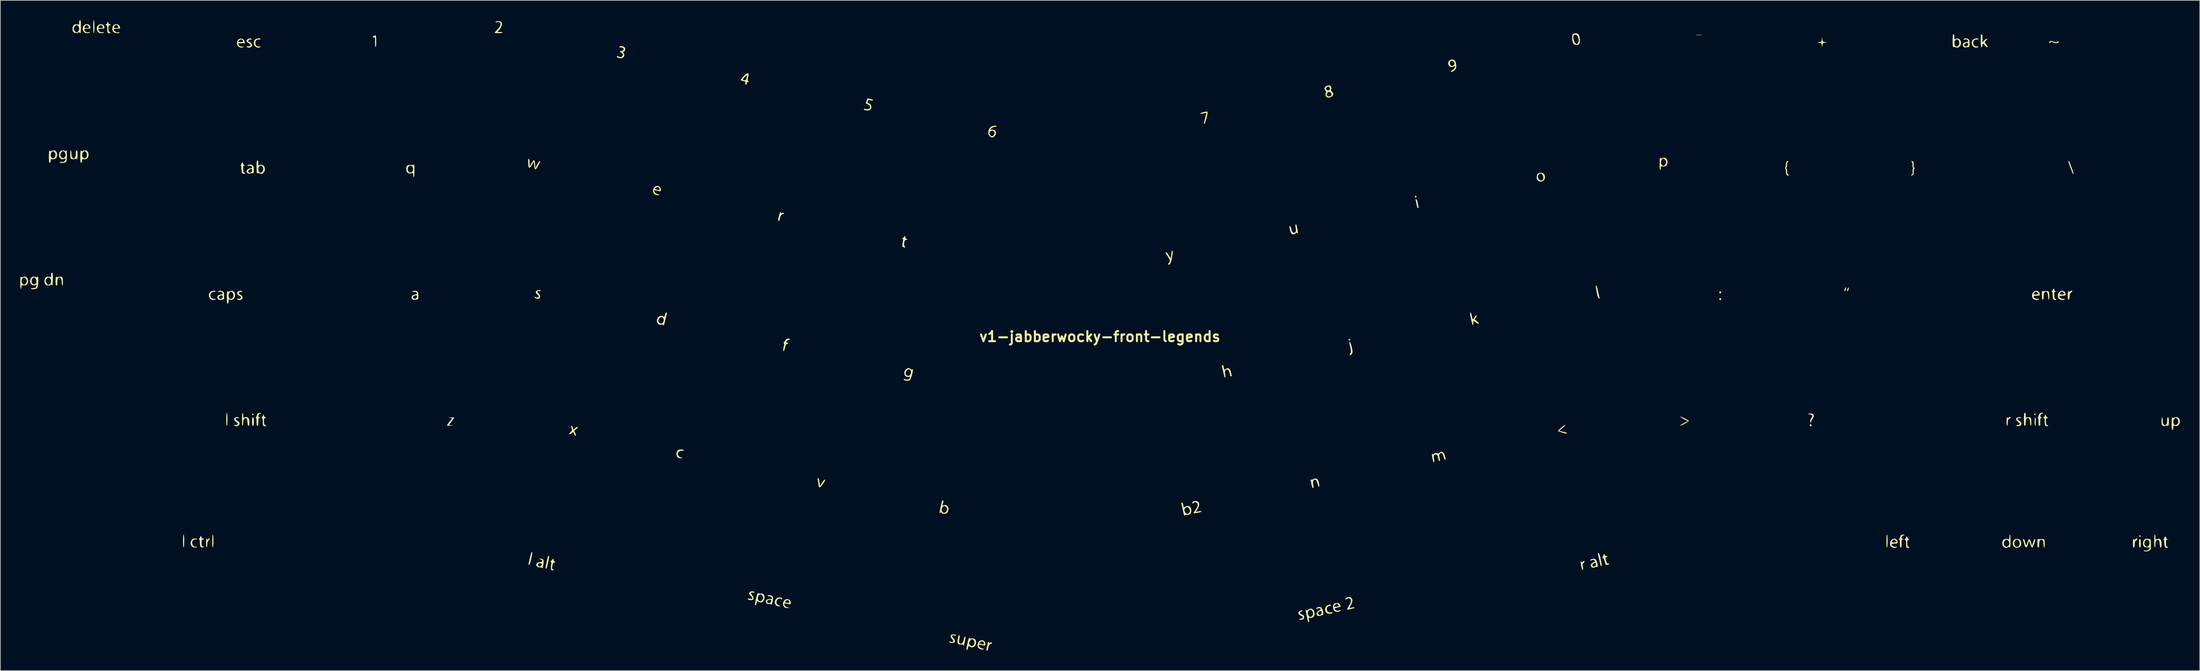
<source format=kicad_pcb>
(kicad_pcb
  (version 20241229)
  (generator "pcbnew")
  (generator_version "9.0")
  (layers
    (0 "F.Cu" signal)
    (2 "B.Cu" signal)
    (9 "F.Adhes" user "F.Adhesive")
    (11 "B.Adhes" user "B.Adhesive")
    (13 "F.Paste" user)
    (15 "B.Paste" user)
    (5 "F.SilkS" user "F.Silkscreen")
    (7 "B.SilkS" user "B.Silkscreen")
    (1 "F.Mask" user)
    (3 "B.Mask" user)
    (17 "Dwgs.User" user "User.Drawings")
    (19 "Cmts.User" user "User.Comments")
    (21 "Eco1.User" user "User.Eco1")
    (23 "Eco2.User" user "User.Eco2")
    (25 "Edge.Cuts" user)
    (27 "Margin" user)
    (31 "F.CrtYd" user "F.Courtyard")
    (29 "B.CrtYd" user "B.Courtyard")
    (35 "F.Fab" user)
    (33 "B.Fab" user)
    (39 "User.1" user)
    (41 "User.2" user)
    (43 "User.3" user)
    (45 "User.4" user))
  (footprint "v1-jabberwocky-front-legends"
    (layer "F.Cu")
    (at 162.819 47.757)
    (property "Reference" "v1-jabberwocky-front-legends" (at 0 0 0) (layer "F.SilkS") (effects (font (size 1.524 1.524) (thickness 0.3))))
    (attr through_hole)
    (fp_poly (pts (xy -127.634 11.703) (xy -127.62 11.804) (xy -127.713 11.853) (xy -127.829 11.785) (xy -127.847 11.719) (xy -127.797 11.621) (xy -127.746 11.619) (xy -127.634 11.703)) (stroke (width 0.01) (type solid)) (fill yes) (layer "F.SilkS"))
    (fp_poly (pts (xy 141.139 11.719) (xy 141.071 11.836) (xy 141.005 11.853) (xy 140.907 11.804) (xy 140.905 11.753) (xy 140.989 11.641) (xy 141.09 11.627) (xy 141.139 11.719)) (stroke (width 0.01) (type solid)) (fill yes) (layer "F.SilkS"))
    (fp_poly (pts (xy 156.869 30.014) (xy 156.953 30.125) (xy 156.916 30.212) (xy 156.852 30.226) (xy 156.735 30.158) (xy 156.718 30.092) (xy 156.767 29.999) (xy 156.869 30.014)) (stroke (width 0.01) (type solid)) (fill yes) (layer "F.SilkS"))
    (fp_poly (pts (xy 37.747 0.406) (xy 37.761 0.466) (xy 37.694 0.578) (xy 37.634 0.593) (xy 37.522 0.525) (xy 37.507 0.466) (xy 37.575 0.353) (xy 37.634 0.339) (xy 37.747 0.406)) (stroke (width 0.01) (type solid)) (fill yes) (layer "F.SilkS"))
    (fp_poly (pts (xy 47.737 -21.184) (xy 47.752 -21.124) (xy 47.684 -21.012) (xy 47.625 -20.997) (xy 47.513 -21.065) (xy 47.498 -21.124) (xy 47.566 -21.237) (xy 47.625 -21.251) (xy 47.737 -21.184)) (stroke (width 0.01) (type solid)) (fill yes) (layer "F.SilkS"))
    (fp_poly (pts (xy 93.628 -6.817) (xy 93.651 -6.798) (xy 93.698 -6.664) (xy 93.637 -6.546) (xy 93.557 -6.519) (xy 93.448 -6.581) (xy 93.425 -6.611) (xy 93.415 -6.74) (xy 93.505 -6.827) (xy 93.628 -6.817)) (stroke (width 0.01) (type solid)) (fill yes) (layer "F.SilkS"))
    (fp_poly (pts (xy 93.628 -5.801) (xy 93.651 -5.782) (xy 93.698 -5.648) (xy 93.637 -5.53) (xy 93.557 -5.503) (xy 93.448 -5.565) (xy 93.425 -5.595) (xy 93.415 -5.724) (xy 93.505 -5.811) (xy 93.628 -5.801)) (stroke (width 0.01) (type solid)) (fill yes) (layer "F.SilkS"))
    (fp_poly (pts (xy 107.259 13.249) (xy 107.282 13.268) (xy 107.33 13.402) (xy 107.268 13.52) (xy 107.188 13.547) (xy 107.079 13.485) (xy 107.056 13.455) (xy 107.047 13.325) (xy 107.136 13.239) (xy 107.259 13.249)) (stroke (width 0.01) (type solid)) (fill yes) (layer "F.SilkS"))
    (fp_poly (pts (xy 112.537 -7.329) (xy 112.5 -7.154) (xy 112.42 -6.964) (xy 112.337 -6.859) (xy 112.279 -6.868) (xy 112.268 -6.937) (xy 112.296 -7.07) (xy 112.351 -7.233) (xy 112.447 -7.416) (xy 112.518 -7.443) (xy 112.537 -7.329)) (stroke (width 0.01) (type solid)) (fill yes) (layer "F.SilkS"))
    (fp_poly (pts (xy 90.664 -45.531) (xy 90.699 -45.528) (xy 90.784 -45.514) (xy 90.715 -45.503) (xy 90.511 -45.497) (xy 90.339 -45.496) (xy 90.065 -45.499) (xy 89.916 -45.507) (xy 89.912 -45.52) (xy 89.98 -45.528) (xy 90.317 -45.541) (xy 90.664 -45.531)) (stroke (width 0.01) (type solid)) (fill yes) (layer "F.SilkS"))
    (fp_poly (pts (xy 112.934 -7.315) (xy 112.907 -7.134) (xy 112.85 -6.958) (xy 112.782 -6.861) (xy 112.769 -6.858) (xy 112.693 -6.922) (xy 112.691 -6.937) (xy 112.719 -7.085) (xy 112.785 -7.257) (xy 112.859 -7.392) (xy 112.913 -7.426) (xy 112.934 -7.315)) (stroke (width 0.01) (type solid)) (fill yes) (layer "F.SilkS"))
    (fp_poly (pts (xy -151.685 -47.671) (xy -151.657 -47.441) (xy -151.641 -47.083) (xy -151.638 -46.778) (xy -151.645 -46.345) (xy -151.665 -46.026) (xy -151.696 -45.842) (xy -151.723 -45.805) (xy -151.76 -45.886) (xy -151.788 -46.116) (xy -151.804 -46.474) (xy -151.807 -46.778) (xy -151.8 -47.212) (xy -151.78 -47.53) (xy -151.749 -47.714) (xy -151.723 -47.752) (xy -151.685 -47.671)) (stroke (width 0.01) (type solid)) (fill yes) (layer "F.SilkS"))
    (fp_poly (pts (xy -138.138 29.968) (xy -138.111 30.198) (xy -138.095 30.556) (xy -138.091 30.861) (xy -138.098 31.294) (xy -138.118 31.613) (xy -138.15 31.797) (xy -138.176 31.835) (xy -138.214 31.754) (xy -138.241 31.524) (xy -138.257 31.166) (xy -138.261 30.861) (xy -138.254 30.428) (xy -138.234 30.109) (xy -138.202 29.925) (xy -138.176 29.887) (xy -138.138 29.968)) (stroke (width 0.01) (type solid)) (fill yes) (layer "F.SilkS"))
    (fp_poly (pts (xy -133.736 29.968) (xy -133.708 30.198) (xy -133.692 30.556) (xy -133.689 30.861) (xy -133.696 31.294) (xy -133.716 31.613) (xy -133.747 31.797) (xy -133.773 31.835) (xy -133.811 31.754) (xy -133.839 31.524) (xy -133.855 31.166) (xy -133.858 30.861) (xy -133.851 30.428) (xy -133.831 30.109) (xy -133.8 29.925) (xy -133.773 29.887) (xy -133.736 29.968)) (stroke (width 0.01) (type solid)) (fill yes) (layer "F.SilkS"))
    (fp_poly (pts (xy -131.619 11.596) (xy -131.591 11.826) (xy -131.575 12.184) (xy -131.572 12.488) (xy -131.579 12.922) (xy -131.599 13.24) (xy -131.63 13.424) (xy -131.657 13.462) (xy -131.694 13.381) (xy -131.722 13.151) (xy -131.738 12.793) (xy -131.741 12.488) (xy -131.734 12.055) (xy -131.714 11.736) (xy -131.683 11.552) (xy -131.657 11.515) (xy -131.619 11.596)) (stroke (width 0.01) (type solid)) (fill yes) (layer "F.SilkS"))
    (fp_poly (pts (xy -127.653 12.225) (xy -127.613 12.345) (xy -127.596 12.583) (xy -127.593 12.827) (xy -127.599 13.162) (xy -127.623 13.359) (xy -127.671 13.447) (xy -127.72 13.462) (xy -127.787 13.429) (xy -127.826 13.309) (xy -127.844 13.071) (xy -127.847 12.827) (xy -127.84 12.492) (xy -127.816 12.295) (xy -127.768 12.207) (xy -127.72 12.192) (xy -127.653 12.225)) (stroke (width 0.01) (type solid)) (fill yes) (layer "F.SilkS"))
    (fp_poly (pts (xy 47.777 -20.668) (xy 47.868 -20.437) (xy 47.945 -20.133) (xy 48.004 -19.828) (xy 48.038 -19.588) (xy 48.04 -19.461) (xy 48.037 -19.455) (xy 47.958 -19.39) (xy 47.885 -19.469) (xy 47.813 -19.703) (xy 47.765 -19.936) (xy 47.705 -20.24) (xy 47.65 -20.487) (xy 47.614 -20.614) (xy 47.625 -20.725) (xy 47.688 -20.743) (xy 47.777 -20.668)) (stroke (width 0.01) (type solid)) (fill yes) (layer "F.SilkS"))
    (fp_poly (pts (xy 118.74 29.968) (xy 118.768 30.198) (xy 118.784 30.556) (xy 118.787 30.861) (xy 118.78 31.294) (xy 118.76 31.613) (xy 118.729 31.797) (xy 118.703 31.835) (xy 118.665 31.754) (xy 118.637 31.524) (xy 118.621 31.166) (xy 118.618 30.861) (xy 118.625 30.428) (xy 118.645 30.109) (xy 118.676 29.925) (xy 118.703 29.887) (xy 118.74 29.968)) (stroke (width 0.01) (type solid)) (fill yes) (layer "F.SilkS"))
    (fp_poly (pts (xy 141.097 12.271) (xy 141.127 12.484) (xy 141.139 12.797) (xy 141.139 12.827) (xy 141.129 13.147) (xy 141.1 13.37) (xy 141.059 13.461) (xy 141.055 13.462) (xy 141.012 13.383) (xy 140.982 13.17) (xy 140.97 12.857) (xy 140.97 12.827) (xy 140.981 12.507) (xy 141.009 12.284) (xy 141.051 12.193) (xy 141.055 12.192) (xy 141.097 12.271)) (stroke (width 0.01) (type solid)) (fill yes) (layer "F.SilkS"))
    (fp_poly (pts (xy 156.912 30.598) (xy 156.951 30.718) (xy 156.969 30.956) (xy 156.972 31.2) (xy 156.965 31.535) (xy 156.941 31.731) (xy 156.894 31.82) (xy 156.845 31.835) (xy 156.778 31.801) (xy 156.739 31.681) (xy 156.721 31.443) (xy 156.718 31.2) (xy 156.725 30.865) (xy 156.749 30.668) (xy 156.796 30.579) (xy 156.845 30.565) (xy 156.912 30.598)) (stroke (width 0.01) (type solid)) (fill yes) (layer "F.SilkS"))
    (fp_poly (pts (xy 74.894 -7.684) (xy 74.926 -7.593) (xy 74.985 -7.379) (xy 75.061 -7.081) (xy 75.145 -6.741) (xy 75.226 -6.4) (xy 75.294 -6.1) (xy 75.34 -5.881) (xy 75.353 -5.789) (xy 75.285 -5.76) (xy 75.24 -5.757) (xy 75.166 -5.838) (xy 75.078 -6.083) (xy 74.976 -6.493) (xy 74.933 -6.692) (xy 74.841 -7.176) (xy 74.797 -7.504) (xy 74.802 -7.681) (xy 74.855 -7.714) (xy 74.894 -7.684)) (stroke (width 0.01) (type solid)) (fill yes) (layer "F.SilkS"))
    (fp_poly (pts (xy 75.289 32.765) (xy 75.38 33.016) (xy 75.484 33.431) (xy 75.509 33.549) (xy 75.586 33.92) (xy 75.647 34.233) (xy 75.684 34.45) (xy 75.693 34.523) (xy 75.653 34.624) (xy 75.571 34.603) (xy 75.494 34.48) (xy 75.482 34.438) (xy 75.345 33.838) (xy 75.235 33.353) (xy 75.156 32.996) (xy 75.11 32.781) (xy 75.099 32.72) (xy 75.167 32.685) (xy 75.212 32.681) (xy 75.289 32.765)) (stroke (width 0.01) (type solid)) (fill yes) (layer "F.SilkS"))
    (fp_poly (pts (xy -85.623 32.541) (xy -85.604 32.644) (xy -85.622 32.842) (xy -85.679 33.159) (xy -85.777 33.616) (xy -85.781 33.634) (xy -85.888 34.066) (xy -85.981 34.337) (xy -86.062 34.453) (xy -86.083 34.459) (xy -86.166 34.397) (xy -86.161 34.311) (xy -86.125 34.168) (xy -86.064 33.903) (xy -85.986 33.561) (xy -85.936 33.337) (xy -85.852 32.99) (xy -85.772 32.715) (xy -85.706 32.547) (xy -85.676 32.512) (xy -85.623 32.541)) (stroke (width 0.01) (type solid)) (fill yes) (layer "F.SilkS"))
    (fp_poly (pts (xy 37.768 0.923) (xy 37.849 1.123) (xy 37.934 1.404) (xy 38.011 1.722) (xy 38.07 2.034) (xy 38.099 2.297) (xy 38.1 2.345) (xy 38.05 2.543) (xy 37.929 2.702) (xy 37.781 2.781) (xy 37.656 2.745) (xy 37.67 2.656) (xy 37.76 2.541) (xy 37.824 2.453) (xy 37.856 2.331) (xy 37.854 2.148) (xy 37.815 1.878) (xy 37.737 1.494) (xy 37.633 1.037) (xy 37.636 0.88) (xy 37.703 0.847) (xy 37.768 0.923)) (stroke (width 0.01) (type solid)) (fill yes) (layer "F.SilkS"))
    (fp_poly (pts (xy -83.072 33.143) (xy -83.067 33.271) (xy -83.1 33.511) (xy -83.173 33.884) (xy -83.215 34.078) (xy -83.314 34.514) (xy -83.39 34.806) (xy -83.451 34.973) (xy -83.507 35.038) (xy -83.565 35.023) (xy -83.585 35.005) (xy -83.589 34.907) (xy -83.561 34.684) (xy -83.505 34.376) (xy -83.473 34.222) (xy -83.376 33.774) (xy -83.306 33.465) (xy -83.255 33.27) (xy -83.215 33.162) (xy -83.176 33.116) (xy -83.131 33.105) (xy -83.113 33.105) (xy -83.072 33.143)) (stroke (width 0.01) (type solid)) (fill yes) (layer "F.SilkS"))
    (fp_poly (pts (xy -109.181 -45.387) (xy -109.155 -45.169) (xy -109.139 -44.844) (xy -109.135 -44.577) (xy -109.143 -44.17) (xy -109.165 -43.874) (xy -109.198 -43.712) (xy -109.22 -43.688) (xy -109.26 -43.768) (xy -109.289 -43.99) (xy -109.304 -44.325) (xy -109.305 -44.456) (xy -109.307 -44.818) (xy -109.319 -45.04) (xy -109.347 -45.153) (xy -109.398 -45.185) (xy -109.467 -45.172) (xy -109.63 -45.158) (xy -109.671 -45.226) (xy -109.582 -45.329) (xy -109.51 -45.369) (xy -109.324 -45.441) (xy -109.216 -45.466) (xy -109.181 -45.387)) (stroke (width 0.01) (type solid)) (fill yes) (layer "F.SilkS"))
    (fp_poly (pts (xy 73.014 33.893) (xy 73.09 33.945) (xy 73.055 34.032) (xy 72.947 34.148) (xy 72.827 34.288) (xy 72.784 34.424) (xy 72.804 34.626) (xy 72.83 34.752) (xy 72.873 35.063) (xy 72.838 35.23) (xy 72.83 35.239) (xy 72.766 35.215) (xy 72.69 35.028) (xy 72.6 34.676) (xy 72.532 34.316) (xy 72.508 34.068) (xy 72.529 33.945) (xy 72.594 33.965) (xy 72.639 34.027) (xy 72.71 34.088) (xy 72.789 33.998) (xy 72.793 33.991) (xy 72.923 33.885) (xy 73.014 33.893)) (stroke (width 0.01) (type solid)) (fill yes) (layer "F.SilkS"))
    (fp_poly (pts (xy 143.507 -44.612) (xy 143.743 -44.564) (xy 143.982 -44.484) (xy 144.192 -44.405) (xy 144.308 -44.398) (xy 144.391 -44.468) (xy 144.415 -44.499) (xy 144.531 -44.603) (xy 144.588 -44.559) (xy 144.561 -44.42) (xy 144.438 -44.312) (xy 144.213 -44.285) (xy 143.934 -44.339) (xy 143.745 -44.418) (xy 143.561 -44.502) (xy 143.46 -44.501) (xy 143.38 -44.418) (xy 143.262 -44.3) (xy 143.192 -44.299) (xy 143.205 -44.415) (xy 143.249 -44.55) (xy 143.256 -44.584) (xy 143.328 -44.621) (xy 143.507 -44.612)) (stroke (width 0.01) (type solid)) (fill yes) (layer "F.SilkS"))
    (fp_poly (pts (xy 146.191 -26.429) (xy 146.27 -26.253) (xy 146.28 -26.226) (xy 146.351 -26.018) (xy 146.461 -25.71) (xy 146.591 -25.357) (xy 146.63 -25.252) (xy 146.738 -24.943) (xy 146.804 -24.703) (xy 146.819 -24.57) (xy 146.807 -24.553) (xy 146.704 -24.62) (xy 146.685 -24.659) (xy 146.64 -24.78) (xy 146.55 -25.019) (xy 146.431 -25.338) (xy 146.349 -25.555) (xy 146.199 -25.958) (xy 146.106 -26.228) (xy 146.063 -26.391) (xy 146.065 -26.474) (xy 146.105 -26.5) (xy 146.12 -26.501) (xy 146.191 -26.429)) (stroke (width 0.01) (type solid)) (fill yes) (layer "F.SilkS"))
    (fp_poly (pts (xy -48.078 39.41) (xy -47.919 39.489) (xy -47.909 39.603) (xy -47.914 39.612) (xy -47.996 39.676) (xy -48.043 39.633) (xy -48.18 39.55) (xy -48.382 39.556) (xy -48.571 39.645) (xy -48.615 39.688) (xy -48.778 39.972) (xy -48.776 40.239) (xy -48.616 40.466) (xy -48.411 40.589) (xy -48.133 40.711) (xy -48.408 40.718) (xy -48.7 40.659) (xy -48.853 40.555) (xy -48.998 40.307) (xy -49.017 40.022) (xy -48.929 39.744) (xy -48.752 39.518) (xy -48.505 39.39) (xy -48.37 39.376) (xy -48.078 39.41)) (stroke (width 0.01) (type solid)) (fill yes) (layer "F.SilkS"))
    (fp_poly (pts (xy 108.96 -44.831) (xy 109.005 -44.611) (xy 109.091 -44.505) (xy 109.277 -44.455) (xy 109.347 -44.444) (xy 109.686 -44.396) (xy 109.347 -44.359) (xy 109.128 -44.323) (xy 109.022 -44.243) (xy 108.972 -44.063) (xy 108.96 -43.984) (xy 108.912 -43.646) (xy 108.875 -43.984) (xy 108.839 -44.203) (xy 108.759 -44.31) (xy 108.579 -44.359) (xy 108.5 -44.371) (xy 108.162 -44.42) (xy 108.5 -44.456) (xy 108.719 -44.491) (xy 108.823 -44.57) (xy 108.866 -44.746) (xy 108.875 -44.831) (xy 108.912 -45.17) (xy 108.96 -44.831)) (stroke (width 0.01) (type solid)) (fill yes) (layer "F.SilkS"))
    (fp_poly (pts (xy 137.306 12.14) (xy 137.329 12.234) (xy 137.263 12.347) (xy 137.205 12.361) (xy 137.054 12.44) (xy 136.951 12.661) (xy 136.907 13.004) (xy 136.906 13.075) (xy 136.889 13.305) (xy 136.847 13.443) (xy 136.821 13.462) (xy 136.779 13.383) (xy 136.749 13.17) (xy 136.737 12.857) (xy 136.737 12.827) (xy 136.747 12.507) (xy 136.776 12.284) (xy 136.817 12.193) (xy 136.821 12.192) (xy 136.903 12.257) (xy 136.906 12.283) (xy 136.954 12.305) (xy 137.039 12.24) (xy 137.203 12.122) (xy 137.306 12.14)) (stroke (width 0.01) (type solid)) (fill yes) (layer "F.SilkS"))
    (fp_poly (pts (xy -134.217 30.497) (xy -134.224 30.564) (xy -134.349 30.708) (xy -134.408 30.769) (xy -134.545 30.946) (xy -134.608 31.161) (xy -134.62 31.407) (xy -134.635 31.65) (xy -134.674 31.805) (xy -134.705 31.835) (xy -134.747 31.755) (xy -134.776 31.539) (xy -134.789 31.218) (xy -134.789 31.157) (xy -134.779 30.822) (xy -134.752 30.586) (xy -134.712 30.482) (xy -134.705 30.48) (xy -134.632 30.55) (xy -134.617 30.628) (xy -134.608 30.731) (xy -134.563 30.686) (xy -134.529 30.628) (xy -134.402 30.505) (xy -134.319 30.48) (xy -134.217 30.497)) (stroke (width 0.01) (type solid)) (fill yes) (layer "F.SilkS"))
    (fp_poly (pts (xy 107.48 11.651) (xy 107.64 11.802) (xy 107.658 12.041) (xy 107.609 12.197) (xy 107.499 12.404) (xy 107.391 12.538) (xy 107.289 12.703) (xy 107.273 12.795) (xy 107.235 12.927) (xy 107.188 12.954) (xy 107.123 12.882) (xy 107.103 12.754) (xy 107.155 12.544) (xy 107.273 12.338) (xy 107.392 12.148) (xy 107.442 11.993) (xy 107.442 11.992) (xy 107.369 11.838) (xy 107.194 11.746) (xy 107.007 11.747) (xy 106.879 11.741) (xy 106.849 11.694) (xy 106.925 11.633) (xy 107.119 11.601) (xy 107.185 11.599) (xy 107.48 11.651)) (stroke (width 0.01) (type solid)) (fill yes) (layer "F.SilkS"))
    (fp_poly (pts (xy 146.637 -6.895) (xy 146.62 -6.789) (xy 146.51 -6.676) (xy 146.452 -6.645) (xy 146.34 -6.57) (xy 146.276 -6.437) (xy 146.244 -6.201) (xy 146.236 -6.075) (xy 146.208 -5.778) (xy 146.156 -5.625) (xy 146.088 -5.588) (xy 146.023 -5.625) (xy 145.985 -5.755) (xy 145.968 -6.007) (xy 145.965 -6.223) (xy 145.976 -6.543) (xy 146.004 -6.766) (xy 146.046 -6.857) (xy 146.05 -6.858) (xy 146.13 -6.792) (xy 146.135 -6.76) (xy 146.184 -6.73) (xy 146.29 -6.803) (xy 146.447 -6.912) (xy 146.543 -6.943) (xy 146.637 -6.895)) (stroke (width 0.01) (type solid)) (fill yes) (layer "F.SilkS"))
    (fp_poly (pts (xy 156.458 30.527) (xy 156.442 30.634) (xy 156.331 30.747) (xy 156.274 30.777) (xy 156.161 30.853) (xy 156.098 30.985) (xy 156.065 31.222) (xy 156.058 31.348) (xy 156.029 31.644) (xy 155.977 31.798) (xy 155.909 31.835) (xy 155.844 31.798) (xy 155.806 31.668) (xy 155.789 31.415) (xy 155.787 31.2) (xy 155.797 30.88) (xy 155.826 30.657) (xy 155.867 30.565) (xy 155.871 30.565) (xy 155.951 30.631) (xy 155.956 30.662) (xy 156.005 30.693) (xy 156.111 30.62) (xy 156.268 30.511) (xy 156.365 30.48) (xy 156.458 30.527)) (stroke (width 0.01) (type solid)) (fill yes) (layer "F.SilkS"))
    (fp_poly (pts (xy -42.493 21.353) (xy -42.413 21.459) (xy -42.338 21.71) (xy -42.289 21.978) (xy -42.202 22.564) (xy -41.909 22.077) (xy -41.726 21.808) (xy -41.566 21.636) (xy -41.472 21.59) (xy -41.421 21.621) (xy -41.448 21.728) (xy -41.564 21.932) (xy -41.725 22.179) (xy -41.975 22.525) (xy -42.162 22.719) (xy -42.292 22.768) (xy -42.37 22.675) (xy -42.372 22.669) (xy -42.402 22.528) (xy -42.44 22.286) (xy -42.46 22.14) (xy -42.502 21.848) (xy -42.546 21.595) (xy -42.563 21.515) (xy -42.575 21.37) (xy -42.499 21.351) (xy -42.493 21.353)) (stroke (width 0.01) (type solid)) (fill yes) (layer "F.SilkS"))
    (fp_poly (pts (xy -133.478 -6.889) (xy -133.357 -6.813) (xy -133.386 -6.757) (xy -133.545 -6.747) (xy -133.583 -6.751) (xy -133.87 -6.725) (xy -134.062 -6.564) (xy -134.144 -6.283) (xy -134.146 -6.223) (xy -134.084 -5.922) (xy -133.91 -5.739) (xy -133.638 -5.689) (xy -133.583 -5.695) (xy -133.403 -5.695) (xy -133.353 -5.644) (xy -133.452 -5.568) (xy -133.484 -5.555) (xy -133.741 -5.514) (xy -133.943 -5.563) (xy -134.195 -5.737) (xy -134.342 -6.003) (xy -134.371 -6.314) (xy -134.268 -6.618) (xy -134.242 -6.659) (xy -134.052 -6.811) (xy -133.784 -6.901) (xy -133.526 -6.903) (xy -133.478 -6.889)) (stroke (width 0.01) (type solid)) (fill yes) (layer "F.SilkS"))
    (fp_poly (pts (xy -126.705 -44.989) (xy -126.584 -44.913) (xy -126.613 -44.857) (xy -126.772 -44.847) (xy -126.809 -44.851) (xy -127.096 -44.825) (xy -127.289 -44.664) (xy -127.371 -44.383) (xy -127.373 -44.323) (xy -127.311 -44.022) (xy -127.137 -43.839) (xy -126.865 -43.789) (xy -126.809 -43.795) (xy -126.63 -43.795) (xy -126.58 -43.744) (xy -126.678 -43.668) (xy -126.711 -43.655) (xy -126.968 -43.614) (xy -127.169 -43.663) (xy -127.421 -43.837) (xy -127.568 -44.103) (xy -127.598 -44.414) (xy -127.495 -44.718) (xy -127.469 -44.759) (xy -127.279 -44.911) (xy -127.011 -45.001) (xy -126.752 -45.003) (xy -126.705 -44.989)) (stroke (width 0.01) (type solid)) (fill yes) (layer "F.SilkS"))
    (fp_poly (pts (xy -48.099 -18.729) (xy -48.091 -18.652) (xy -48.068 -18.559) (xy -47.989 -18.61) (xy -47.834 -18.702) (xy -47.708 -18.681) (xy -47.667 -18.579) (xy -47.711 -18.493) (xy -47.757 -18.503) (xy -47.889 -18.498) (xy -48.037 -18.375) (xy -48.163 -18.174) (xy -48.219 -18.004) (xy -48.288 -17.694) (xy -48.345 -17.519) (xy -48.404 -17.448) (xy -48.435 -17.441) (xy -48.502 -17.511) (xy -48.514 -17.59) (xy -48.493 -17.771) (xy -48.442 -18.013) (xy -48.437 -18.034) (xy -48.368 -18.311) (xy -48.309 -18.562) (xy -48.309 -18.563) (xy -48.24 -18.734) (xy -48.157 -18.794) (xy -48.099 -18.729)) (stroke (width 0.01) (type solid)) (fill yes) (layer "F.SilkS"))
    (fp_poly (pts (xy -16.687 46.126) (xy -16.679 46.203) (xy -16.656 46.296) (xy -16.578 46.245) (xy -16.422 46.152) (xy -16.297 46.174) (xy -16.256 46.275) (xy -16.299 46.361) (xy -16.346 46.352) (xy -16.478 46.356) (xy -16.626 46.48) (xy -16.752 46.68) (xy -16.808 46.851) (xy -16.876 47.161) (xy -16.934 47.336) (xy -16.993 47.407) (xy -17.024 47.413) (xy -17.09 47.343) (xy -17.102 47.265) (xy -17.081 47.084) (xy -17.031 46.842) (xy -17.026 46.821) (xy -16.957 46.544) (xy -16.898 46.293) (xy -16.898 46.291) (xy -16.828 46.121) (xy -16.746 46.06) (xy -16.687 46.126)) (stroke (width 0.01) (type solid)) (fill yes) (layer "F.SilkS"))
    (fp_poly (pts (xy 16.211 -33.938) (xy 16.236 -33.873) (xy 16.229 -33.708) (xy 16.183 -33.442) (xy 16.11 -33.12) (xy 16.021 -32.783) (xy 15.927 -32.475) (xy 15.84 -32.237) (xy 15.771 -32.114) (xy 15.76 -32.107) (xy 15.682 -32.125) (xy 15.694 -32.227) (xy 15.735 -32.38) (xy 15.801 -32.648) (xy 15.88 -32.981) (xy 15.905 -33.088) (xy 16.067 -33.791) (xy 15.802 -33.737) (xy 15.546 -33.683) (xy 15.346 -33.638) (xy 15.2 -33.636) (xy 15.155 -33.682) (xy 15.231 -33.745) (xy 15.429 -33.821) (xy 15.684 -33.889) (xy 15.973 -33.949) (xy 16.136 -33.966) (xy 16.211 -33.938)) (stroke (width 0.01) (type solid)) (fill yes) (layer "F.SilkS"))
    (fp_poly (pts (xy 70.161 13.405) (xy 70.042 13.542) (xy 69.85 13.725) (xy 69.72 13.834) (xy 69.252 14.216) (xy 69.577 14.303) (xy 69.871 14.378) (xy 70.151 14.441) (xy 70.172 14.445) (xy 70.357 14.502) (xy 70.442 14.568) (xy 70.443 14.573) (xy 70.417 14.625) (xy 70.323 14.635) (xy 70.131 14.599) (xy 69.814 14.516) (xy 69.699 14.483) (xy 69.416 14.396) (xy 69.201 14.318) (xy 69.106 14.269) (xy 69.132 14.185) (xy 69.268 14.027) (xy 69.486 13.822) (xy 69.759 13.596) (xy 69.956 13.448) (xy 70.129 13.339) (xy 70.193 13.331) (xy 70.161 13.405)) (stroke (width 0.01) (type solid)) (fill yes) (layer "F.SilkS"))
    (fp_poly (pts (xy 132.375 -44.989) (xy 132.496 -44.913) (xy 132.467 -44.857) (xy 132.308 -44.847) (xy 132.27 -44.851) (xy 131.984 -44.825) (xy 131.791 -44.664) (xy 131.709 -44.383) (xy 131.707 -44.323) (xy 131.769 -44.022) (xy 131.943 -43.839) (xy 132.215 -43.789) (xy 132.27 -43.795) (xy 132.45 -43.795) (xy 132.5 -43.744) (xy 132.402 -43.668) (xy 132.369 -43.655) (xy 132.112 -43.614) (xy 131.911 -43.663) (xy 131.659 -43.837) (xy 131.512 -44.103) (xy 131.482 -44.414) (xy 131.585 -44.718) (xy 131.611 -44.759) (xy 131.801 -44.911) (xy 132.069 -45.001) (xy 132.328 -45.003) (xy 132.375 -44.989)) (stroke (width 0.01) (type solid)) (fill yes) (layer "F.SilkS"))
    (fp_poly (pts (xy -136.173 30.508) (xy -136.144 30.551) (xy -136.218 30.599) (xy -136.397 30.621) (xy -136.41 30.621) (xy -136.662 30.676) (xy -136.791 30.778) (xy -136.894 31.026) (xy -136.885 31.287) (xy -136.786 31.519) (xy -136.616 31.678) (xy -136.397 31.722) (xy -136.348 31.713) (xy -136.193 31.704) (xy -136.144 31.748) (xy -136.219 31.803) (xy -136.406 31.833) (xy -136.477 31.835) (xy -136.74 31.802) (xy -136.925 31.68) (xy -136.992 31.602) (xy -137.121 31.317) (xy -137.119 31.003) (xy -136.991 30.723) (xy -136.899 30.628) (xy -136.736 30.545) (xy -136.521 30.493) (xy -136.314 30.479) (xy -136.173 30.508)) (stroke (width 0.01) (type solid)) (fill yes) (layer "F.SilkS"))
    (fp_poly (pts (xy -62.95 17.045) (xy -62.786 17.114) (xy -62.738 17.2) (xy -62.811 17.24) (xy -62.992 17.231) (xy -63.026 17.226) (xy -63.315 17.243) (xy -63.54 17.389) (xy -63.66 17.631) (xy -63.669 17.732) (xy -63.609 17.915) (xy -63.462 18.095) (xy -63.28 18.225) (xy -63.117 18.256) (xy -63.104 18.251) (xy -63.004 18.258) (xy -62.992 18.291) (xy -63.063 18.351) (xy -63.233 18.367) (xy -63.439 18.342) (xy -63.611 18.279) (xy -63.785 18.089) (xy -63.862 17.817) (xy -63.841 17.521) (xy -63.723 17.256) (xy -63.609 17.138) (xy -63.417 17.053) (xy -63.179 17.024) (xy -62.95 17.045)) (stroke (width 0.01) (type solid)) (fill yes) (layer "F.SilkS"))
    (fp_poly (pts (xy 34.819 40.47) (xy 34.851 40.533) (xy 34.84 40.555) (xy 34.72 40.627) (xy 34.63 40.64) (xy 34.412 40.711) (xy 34.267 40.89) (xy 34.21 41.126) (xy 34.257 41.368) (xy 34.372 41.527) (xy 34.592 41.637) (xy 34.792 41.627) (xy 34.982 41.617) (xy 35.092 41.656) (xy 35.09 41.723) (xy 35.002 41.774) (xy 34.795 41.815) (xy 34.539 41.82) (xy 34.318 41.792) (xy 34.239 41.761) (xy 34.048 41.541) (xy 33.967 41.248) (xy 34.002 40.942) (xy 34.156 40.681) (xy 34.159 40.678) (xy 34.311 40.574) (xy 34.503 40.498) (xy 34.688 40.461) (xy 34.819 40.47)) (stroke (width 0.01) (type solid)) (fill yes) (layer "F.SilkS"))
    (fp_poly (pts (xy 87.799 12.166) (xy 88.065 12.283) (xy 88.18 12.338) (xy 88.471 12.492) (xy 88.691 12.627) (xy 88.806 12.721) (xy 88.815 12.74) (xy 88.745 12.818) (xy 88.56 12.946) (xy 88.298 13.097) (xy 88.249 13.123) (xy 87.921 13.294) (xy 87.716 13.398) (xy 87.603 13.446) (xy 87.556 13.448) (xy 87.545 13.417) (xy 87.545 13.403) (xy 87.616 13.333) (xy 87.802 13.215) (xy 88.067 13.072) (xy 88.117 13.047) (xy 88.688 12.766) (xy 88.117 12.478) (xy 87.843 12.329) (xy 87.641 12.201) (xy 87.548 12.115) (xy 87.545 12.107) (xy 87.615 12.104) (xy 87.799 12.166)) (stroke (width 0.01) (type solid)) (fill yes) (layer "F.SilkS"))
    (fp_poly (pts (xy -129.229 -26.266) (xy -129.201 -26.123) (xy -129.146 -25.947) (xy -129.011 -25.883) (xy -128.82 -25.846) (xy -129.011 -25.835) (xy -129.116 -25.814) (xy -129.173 -25.741) (xy -129.197 -25.576) (xy -129.201 -25.307) (xy -129.194 -25.015) (xy -129.163 -24.851) (xy -129.096 -24.771) (xy -129.033 -24.747) (xy -128.917 -24.683) (xy -128.911 -24.628) (xy -129.039 -24.557) (xy -129.219 -24.606) (xy -129.322 -24.686) (xy -129.415 -24.874) (xy -129.454 -25.206) (xy -129.455 -25.314) (xy -129.474 -25.638) (xy -129.527 -25.821) (xy -129.561 -25.852) (xy -129.624 -25.89) (xy -129.561 -25.901) (xy -129.473 -25.978) (xy -129.455 -26.068) (xy -129.396 -26.226) (xy -129.328 -26.277) (xy -129.229 -26.266)) (stroke (width 0.01) (type solid)) (fill yes) (layer "F.SilkS"))
    (fp_poly (pts (xy -29.323 -15.105) (xy -29.335 -14.993) (xy -29.327 -14.844) (xy -29.214 -14.775) (xy -29.066 -14.692) (xy -29.06 -14.613) (xy -29.193 -14.582) (xy -29.225 -14.585) (xy -29.387 -14.547) (xy -29.471 -14.393) (xy -29.536 -14.027) (xy -29.506 -13.741) (xy -29.401 -13.58) (xy -29.313 -13.5) (xy -29.362 -13.47) (xy -29.488 -13.465) (xy -29.689 -13.509) (xy -29.775 -13.596) (xy -29.785 -13.749) (xy -29.759 -14.001) (xy -29.72 -14.207) (xy -29.665 -14.502) (xy -29.666 -14.664) (xy -29.708 -14.715) (xy -29.799 -14.797) (xy -29.756 -14.882) (xy -29.676 -14.901) (xy -29.563 -14.969) (xy -29.549 -15.028) (xy -29.48 -15.139) (xy -29.416 -15.155) (xy -29.323 -15.105)) (stroke (width 0.01) (type solid)) (fill yes) (layer "F.SilkS"))
    (fp_poly (pts (xy 143.905 -7.216) (xy 143.933 -7.073) (xy 143.989 -6.897) (xy 144.124 -6.833) (xy 144.314 -6.796) (xy 144.124 -6.785) (xy 144.018 -6.764) (xy 143.961 -6.691) (xy 143.938 -6.526) (xy 143.933 -6.257) (xy 143.941 -5.965) (xy 143.972 -5.801) (xy 144.039 -5.721) (xy 144.102 -5.697) (xy 144.217 -5.633) (xy 144.224 -5.578) (xy 144.095 -5.507) (xy 143.916 -5.556) (xy 143.812 -5.636) (xy 143.72 -5.824) (xy 143.681 -6.156) (xy 143.679 -6.264) (xy 143.661 -6.588) (xy 143.608 -6.771) (xy 143.573 -6.802) (xy 143.511 -6.84) (xy 143.573 -6.851) (xy 143.661 -6.928) (xy 143.679 -7.018) (xy 143.738 -7.176) (xy 143.806 -7.227) (xy 143.905 -7.216)) (stroke (width 0.01) (type solid)) (fill yes) (layer "F.SilkS"))
    (fp_poly (pts (xy 160.754 30.206) (xy 160.782 30.35) (xy 160.837 30.526) (xy 160.972 30.59) (xy 161.163 30.626) (xy 160.972 30.638) (xy 160.867 30.659) (xy 160.81 30.732) (xy 160.786 30.897) (xy 160.782 31.165) (xy 160.79 31.457) (xy 160.821 31.622) (xy 160.887 31.701) (xy 160.95 31.725) (xy 161.066 31.79) (xy 161.072 31.844) (xy 160.944 31.916) (xy 160.765 31.867) (xy 160.661 31.786) (xy 160.568 31.598) (xy 160.53 31.266) (xy 160.528 31.158) (xy 160.509 30.835) (xy 160.456 30.652) (xy 160.422 30.621) (xy 160.36 30.582) (xy 160.422 30.571) (xy 160.51 30.495) (xy 160.528 30.404) (xy 160.587 30.247) (xy 160.655 30.195) (xy 160.754 30.206)) (stroke (width 0.01) (type solid)) (fill yes) (layer "F.SilkS"))
    (fp_poly (pts (xy -129.503 -6.894) (xy -129.347 -6.832) (xy -129.352 -6.776) (xy -129.505 -6.74) (xy -129.605 -6.735) (xy -129.785 -6.682) (xy -129.868 -6.567) (xy -129.836 -6.442) (xy -129.737 -6.379) (xy -129.481 -6.235) (xy -129.327 -6.044) (xy -129.286 -5.843) (xy -129.368 -5.67) (xy -129.503 -5.586) (xy -129.681 -5.526) (xy -129.815 -5.523) (xy -129.984 -5.562) (xy -130.11 -5.632) (xy -130.133 -5.68) (xy -130.063 -5.722) (xy -129.92 -5.707) (xy -129.7 -5.704) (xy -129.555 -5.791) (xy -129.505 -5.924) (xy -129.57 -6.06) (xy -129.717 -6.141) (xy -129.935 -6.261) (xy -130.091 -6.435) (xy -130.133 -6.566) (xy -130.058 -6.721) (xy -129.876 -6.844) (xy -129.648 -6.905) (xy -129.503 -6.894)) (stroke (width 0.01) (type solid)) (fill yes) (layer "F.SilkS"))
    (fp_poly (pts (xy -128.063 -44.994) (xy -127.908 -44.932) (xy -127.912 -44.876) (xy -128.066 -44.84) (xy -128.166 -44.835) (xy -128.345 -44.782) (xy -128.429 -44.667) (xy -128.396 -44.542) (xy -128.297 -44.479) (xy -128.042 -44.335) (xy -127.887 -44.144) (xy -127.846 -43.943) (xy -127.929 -43.77) (xy -128.064 -43.686) (xy -128.241 -43.626) (xy -128.375 -43.623) (xy -128.545 -43.662) (xy -128.671 -43.732) (xy -128.693 -43.78) (xy -128.624 -43.822) (xy -128.481 -43.807) (xy -128.261 -43.804) (xy -128.116 -43.891) (xy -128.066 -44.024) (xy -128.131 -44.16) (xy -128.277 -44.241) (xy -128.496 -44.361) (xy -128.652 -44.535) (xy -128.693 -44.666) (xy -128.619 -44.821) (xy -128.437 -44.944) (xy -128.209 -45.005) (xy -128.063 -44.994)) (stroke (width 0.01) (type solid)) (fill yes) (layer "F.SilkS"))
    (fp_poly (pts (xy -126.076 11.93) (xy -125.973 12.111) (xy -125.86 12.191) (xy -125.751 12.238) (xy -125.797 12.273) (xy -125.883 12.297) (xy -126 12.355) (xy -126.055 12.48) (xy -126.069 12.723) (xy -126.069 12.727) (xy -126.049 13.087) (xy -125.985 13.297) (xy -125.871 13.376) (xy -125.848 13.377) (xy -125.741 13.426) (xy -125.73 13.462) (xy -125.782 13.528) (xy -125.952 13.52) (xy -126.09 13.488) (xy -126.173 13.437) (xy -126.218 13.311) (xy -126.236 13.072) (xy -126.238 12.91) (xy -126.249 12.592) (xy -126.287 12.401) (xy -126.363 12.299) (xy -126.386 12.283) (xy -126.464 12.215) (xy -126.426 12.195) (xy -126.321 12.122) (xy -126.224 11.959) (xy -126.13 11.726) (xy -126.076 11.93)) (stroke (width 0.01) (type solid)) (fill yes) (layer "F.SilkS"))
    (fp_poly (pts (xy 30.521 41.333) (xy 30.565 41.393) (xy 30.493 41.467) (xy 30.347 41.523) (xy 30.183 41.611) (xy 30.167 41.734) (xy 30.29 41.863) (xy 30.48 41.952) (xy 30.694 42.055) (xy 30.788 42.204) (xy 30.805 42.294) (xy 30.772 42.542) (xy 30.683 42.647) (xy 30.517 42.72) (xy 30.315 42.753) (xy 30.14 42.743) (xy 30.057 42.686) (xy 30.057 42.677) (xy 30.131 42.616) (xy 30.311 42.574) (xy 30.332 42.572) (xy 30.547 42.505) (xy 30.618 42.386) (xy 30.547 42.249) (xy 30.333 42.129) (xy 30.324 42.126) (xy 30.055 41.983) (xy 29.927 41.794) (xy 29.941 41.614) (xy 30.041 41.492) (xy 30.207 41.392) (xy 30.385 41.332) (xy 30.521 41.333)) (stroke (width 0.01) (type solid)) (fill yes) (layer "F.SilkS"))
    (fp_poly (pts (xy 32.768 21.51) (xy 32.912 21.695) (xy 33.015 22.013) (xy 33.065 22.288) (xy 33.087 22.561) (xy 33.06 22.68) (xy 32.999 22.652) (xy 32.916 22.481) (xy 32.837 22.212) (xy 32.712 21.842) (xy 32.56 21.637) (xy 32.382 21.598) (xy 32.279 21.643) (xy 32.168 21.809) (xy 32.136 22.099) (xy 32.183 22.486) (xy 32.205 22.585) (xy 32.235 22.778) (xy 32.192 22.854) (xy 32.149 22.86) (xy 32.055 22.78) (xy 31.968 22.536) (xy 31.924 22.343) (xy 31.863 22.049) (xy 31.807 21.811) (xy 31.775 21.701) (xy 31.781 21.608) (xy 31.894 21.604) (xy 32.098 21.576) (xy 32.198 21.52) (xy 32.379 21.446) (xy 32.57 21.436) (xy 32.768 21.51)) (stroke (width 0.01) (type solid)) (fill yes) (layer "F.SilkS"))
    (fp_poly (pts (xy 121.743 30.303) (xy 121.846 30.483) (xy 121.96 30.564) (xy 122.068 30.611) (xy 122.022 30.646) (xy 121.937 30.67) (xy 121.819 30.727) (xy 121.764 30.853) (xy 121.751 31.096) (xy 121.751 31.1) (xy 121.771 31.459) (xy 121.835 31.67) (xy 121.948 31.749) (xy 121.971 31.75) (xy 122.078 31.799) (xy 122.089 31.835) (xy 122.038 31.901) (xy 121.867 31.893) (xy 121.73 31.861) (xy 121.646 31.809) (xy 121.601 31.683) (xy 121.583 31.445) (xy 121.581 31.282) (xy 121.571 30.964) (xy 121.532 30.774) (xy 121.456 30.671) (xy 121.433 30.656) (xy 121.355 30.587) (xy 121.393 30.567) (xy 121.499 30.495) (xy 121.595 30.332) (xy 121.69 30.099) (xy 121.743 30.303)) (stroke (width 0.01) (type solid)) (fill yes) (layer "F.SilkS"))
    (fp_poly (pts (xy 142.656 11.93) (xy 142.759 12.111) (xy 142.872 12.191) (xy 142.981 12.238) (xy 142.935 12.273) (xy 142.849 12.297) (xy 142.732 12.355) (xy 142.677 12.48) (xy 142.663 12.723) (xy 142.663 12.727) (xy 142.683 13.087) (xy 142.747 13.297) (xy 142.861 13.376) (xy 142.884 13.377) (xy 142.991 13.426) (xy 143.002 13.462) (xy 142.95 13.528) (xy 142.78 13.52) (xy 142.642 13.488) (xy 142.559 13.437) (xy 142.514 13.311) (xy 142.496 13.072) (xy 142.494 12.91) (xy 142.483 12.592) (xy 142.445 12.401) (xy 142.369 12.299) (xy 142.346 12.283) (xy 142.268 12.215) (xy 142.306 12.195) (xy 142.411 12.122) (xy 142.508 11.959) (xy 142.602 11.726) (xy 142.656 11.93)) (stroke (width 0.01) (type solid)) (fill yes) (layer "F.SilkS"))
    (fp_poly (pts (xy -129.956 12.17) (xy -129.818 12.225) (xy -129.794 12.272) (xy -129.866 12.304) (xy -130.036 12.296) (xy -130.254 12.306) (xy -130.342 12.398) (xy -130.296 12.539) (xy -130.111 12.699) (xy -130.093 12.71) (xy -129.835 12.913) (xy -129.735 13.118) (xy -129.798 13.313) (xy -129.877 13.393) (xy -130.042 13.504) (xy -130.198 13.529) (xy -130.422 13.477) (xy -130.471 13.462) (xy -130.597 13.412) (xy -130.587 13.38) (xy -130.428 13.359) (xy -130.26 13.348) (xy -130.07 13.307) (xy -130.007 13.196) (xy -130.006 13.173) (xy -130.077 13.018) (xy -130.256 12.872) (xy -130.26 12.87) (xy -130.463 12.698) (xy -130.55 12.499) (xy -130.512 12.316) (xy -130.359 12.198) (xy -130.158 12.158) (xy -129.956 12.17)) (stroke (width 0.01) (type solid)) (fill yes) (layer "F.SilkS"))
    (fp_poly (pts (xy -82.424 33.557) (xy -82.381 33.715) (xy -82.381 33.74) (xy -82.337 33.91) (xy -82.254 33.951) (xy -82.141 33.997) (xy -82.127 34.036) (xy -82.197 34.106) (xy -82.29 34.121) (xy -82.398 34.143) (xy -82.474 34.231) (xy -82.535 34.421) (xy -82.597 34.734) (xy -82.619 34.958) (xy -82.572 35.071) (xy -82.517 35.102) (xy -82.399 35.185) (xy -82.381 35.23) (xy -82.448 35.293) (xy -82.616 35.278) (xy -82.698 35.25) (xy -82.766 35.139) (xy -82.792 34.908) (xy -82.774 34.6) (xy -82.728 34.332) (xy -82.718 34.1) (xy -82.801 33.975) (xy -82.885 33.894) (xy -82.825 33.871) (xy -82.789 33.869) (xy -82.65 33.796) (xy -82.592 33.697) (xy -82.507 33.549) (xy -82.424 33.557)) (stroke (width 0.01) (type solid)) (fill yes) (layer "F.SilkS"))
    (fp_poly (pts (xy -21.747 45.018) (xy -21.706 45.105) (xy -21.717 45.127) (xy -21.83 45.165) (xy -21.939 45.122) (xy -22.121 45.077) (xy -22.234 45.135) (xy -22.296 45.217) (xy -22.264 45.319) (xy -22.121 45.484) (xy -22.102 45.505) (xy -21.905 45.751) (xy -21.85 45.952) (xy -21.909 46.111) (xy -22.08 46.231) (xy -22.337 46.258) (xy -22.543 46.213) (xy -22.693 46.131) (xy -22.729 46.052) (xy -22.728 46.051) (xy -22.624 46.023) (xy -22.51 46.065) (xy -22.291 46.128) (xy -22.152 46.072) (xy -22.11 45.935) (xy -22.181 45.755) (xy -22.314 45.617) (xy -22.48 45.419) (xy -22.505 45.223) (xy -22.456 45.064) (xy -22.323 44.992) (xy -22.196 44.973) (xy -21.92 44.971) (xy -21.747 45.018)) (stroke (width 0.01) (type solid)) (fill yes) (layer "F.SilkS"))
    (fp_poly (pts (xy 66.724 -24.7) (xy 66.952 -24.562) (xy 67.09 -24.326) (xy 67.129 -24.041) (xy 67.059 -23.756) (xy 66.933 -23.576) (xy 66.663 -23.401) (xy 66.376 -23.395) (xy 66.094 -23.543) (xy 65.941 -23.704) (xy 65.879 -23.909) (xy 65.872 -24.051) (xy 66.05 -24.051) (xy 66.156 -23.792) (xy 66.213 -23.723) (xy 66.437 -23.565) (xy 66.657 -23.558) (xy 66.785 -23.639) (xy 66.873 -23.83) (xy 66.878 -24.09) (xy 66.804 -24.343) (xy 66.717 -24.469) (xy 66.556 -24.605) (xy 66.423 -24.619) (xy 66.241 -24.515) (xy 66.228 -24.506) (xy 66.075 -24.307) (xy 66.05 -24.051) (xy 65.872 -24.051) (xy 65.871 -24.081) (xy 65.931 -24.425) (xy 66.105 -24.646) (xy 66.383 -24.738) (xy 66.724 -24.7)) (stroke (width 0.01) (type solid)) (fill yes) (layer "F.SilkS"))
    (fp_poly (pts (xy 138.776 12.17) (xy 138.914 12.225) (xy 138.938 12.272) (xy 138.866 12.304) (xy 138.696 12.296) (xy 138.478 12.306) (xy 138.39 12.398) (xy 138.436 12.539) (xy 138.621 12.699) (xy 138.639 12.71) (xy 138.897 12.913) (xy 138.997 13.118) (xy 138.934 13.313) (xy 138.855 13.393) (xy 138.69 13.504) (xy 138.534 13.529) (xy 138.31 13.477) (xy 138.261 13.462) (xy 138.135 13.412) (xy 138.145 13.38) (xy 138.304 13.359) (xy 138.472 13.348) (xy 138.662 13.307) (xy 138.725 13.196) (xy 138.726 13.173) (xy 138.655 13.018) (xy 138.476 12.872) (xy 138.472 12.87) (xy 138.269 12.698) (xy 138.182 12.499) (xy 138.22 12.316) (xy 138.373 12.198) (xy 138.574 12.158) (xy 138.776 12.17)) (stroke (width 0.01) (type solid)) (fill yes) (layer "F.SilkS"))
    (fp_poly (pts (xy 142.226 30.563) (xy 142.348 30.594) (xy 142.415 30.656) (xy 142.419 30.662) (xy 142.461 30.805) (xy 142.485 31.038) (xy 142.491 31.309) (xy 142.48 31.566) (xy 142.453 31.759) (xy 142.409 31.835) (xy 142.409 31.835) (xy 142.361 31.758) (xy 142.331 31.563) (xy 142.325 31.406) (xy 142.291 31.005) (xy 142.192 30.752) (xy 142.029 30.651) (xy 142 30.649) (xy 141.815 30.7) (xy 141.702 30.865) (xy 141.652 31.164) (xy 141.647 31.344) (xy 141.637 31.633) (xy 141.6 31.786) (xy 141.529 31.834) (xy 141.52 31.835) (xy 141.453 31.801) (xy 141.413 31.679) (xy 141.396 31.438) (xy 141.393 31.214) (xy 141.393 30.593) (xy 141.668 30.575) (xy 142.012 30.558) (xy 142.226 30.563)) (stroke (width 0.01) (type solid)) (fill yes) (layer "F.SilkS"))
    (fp_poly (pts (xy 142.903 -6.86) (xy 143.025 -6.829) (xy 143.092 -6.767) (xy 143.096 -6.76) (xy 143.138 -6.618) (xy 143.162 -6.385) (xy 143.168 -6.114) (xy 143.158 -5.856) (xy 143.13 -5.664) (xy 143.087 -5.588) (xy 143.087 -5.588) (xy 143.039 -5.664) (xy 143.008 -5.859) (xy 143.002 -6.017) (xy 142.968 -6.417) (xy 142.869 -6.671) (xy 142.707 -6.772) (xy 142.677 -6.773) (xy 142.492 -6.723) (xy 142.38 -6.558) (xy 142.33 -6.259) (xy 142.325 -6.079) (xy 142.314 -5.79) (xy 142.278 -5.637) (xy 142.207 -5.588) (xy 142.198 -5.588) (xy 142.13 -5.622) (xy 142.091 -5.744) (xy 142.073 -5.984) (xy 142.071 -6.209) (xy 142.071 -6.83) (xy 142.346 -6.847) (xy 142.69 -6.864) (xy 142.903 -6.86)) (stroke (width 0.01) (type solid)) (fill yes) (layer "F.SilkS"))
    (fp_poly (pts (xy -135.49 30.212) (xy -135.467 30.311) (xy -135.407 30.452) (xy -135.297 30.48) (xy -135.16 30.515) (xy -135.128 30.565) (xy -135.199 30.633) (xy -135.297 30.649) (xy -135.392 30.668) (xy -135.443 30.749) (xy -135.464 30.932) (xy -135.467 31.157) (xy -135.456 31.458) (xy -135.412 31.621) (xy -135.317 31.681) (xy -135.191 31.675) (xy -135.13 31.729) (xy -135.128 31.75) (xy -135.196 31.818) (xy -135.352 31.831) (xy -135.524 31.792) (xy -135.619 31.733) (xy -135.675 31.597) (xy -135.712 31.353) (xy -135.721 31.147) (xy -135.74 30.832) (xy -135.793 30.647) (xy -135.827 30.614) (xy -135.889 30.558) (xy -135.827 30.515) (xy -135.737 30.399) (xy -135.721 30.304) (xy -135.666 30.17) (xy -135.594 30.141) (xy -135.49 30.212)) (stroke (width 0.01) (type solid)) (fill yes) (layer "F.SilkS"))
    (fp_poly (pts (xy -97.497 12.425) (xy -97.646 12.642) (xy -97.835 12.897) (xy -97.888 12.966) (xy -98.031 13.159) (xy -98.117 13.293) (xy -98.129 13.321) (xy -98.053 13.355) (xy -97.86 13.387) (xy -97.727 13.4) (xy -97.545 13.417) (xy -97.509 13.429) (xy -97.626 13.438) (xy -97.896 13.447) (xy -98.182 13.448) (xy -98.387 13.436) (xy -98.467 13.414) (xy -98.467 13.413) (xy -98.419 13.327) (xy -98.293 13.145) (xy -98.113 12.904) (xy -98.086 12.869) (xy -97.902 12.624) (xy -97.767 12.434) (xy -97.706 12.335) (xy -97.705 12.33) (xy -97.781 12.297) (xy -97.97 12.264) (xy -98.065 12.254) (xy -98.221 12.236) (xy -98.226 12.223) (xy -98.073 12.213) (xy -97.886 12.207) (xy -97.347 12.192) (xy -97.497 12.425)) (stroke (width 0.01) (type solid)) (fill yes) (layer "F.SilkS"))
    (fp_poly (pts (xy -52.255 38.472) (xy -52.204 38.49) (xy -52.078 38.571) (xy -52.098 38.635) (xy -52.242 38.65) (xy -52.314 38.64) (xy -52.535 38.635) (xy -52.622 38.724) (xy -52.568 38.889) (xy -52.46 39.022) (xy -52.307 39.247) (xy -52.244 39.477) (xy -52.28 39.662) (xy -52.373 39.742) (xy -52.626 39.784) (xy -52.901 39.761) (xy -52.98 39.737) (xy -53.078 39.625) (xy -53.086 39.576) (xy -53.055 39.503) (xy -52.936 39.528) (xy -52.88 39.552) (xy -52.671 39.603) (xy -52.494 39.577) (xy -52.41 39.484) (xy -52.409 39.47) (xy -52.463 39.368) (xy -52.598 39.2) (xy -52.663 39.129) (xy -52.843 38.922) (xy -52.905 38.779) (xy -52.858 38.654) (xy -52.784 38.572) (xy -52.549 38.45) (xy -52.255 38.472)) (stroke (width 0.01) (type solid)) (fill yes) (layer "F.SilkS"))
    (fp_poly (pts (xy -46.855 0.311) (xy -46.743 0.397) (xy -46.777 0.471) (xy -46.913 0.486) (xy -47.104 0.541) (xy -47.223 0.661) (xy -47.306 0.804) (xy -47.275 0.87) (xy -47.173 0.903) (xy -47.015 0.979) (xy -47.019 1.06) (xy -47.18 1.116) (xy -47.292 1.158) (xy -47.373 1.271) (xy -47.443 1.494) (xy -47.484 1.672) (xy -47.56 1.959) (xy -47.637 2.144) (xy -47.703 2.21) (xy -47.744 2.14) (xy -47.752 2.027) (xy -47.732 1.839) (xy -47.681 1.575) (xy -47.657 1.477) (xy -47.607 1.21) (xy -47.624 1.046) (xy -47.668 0.973) (xy -47.722 0.867) (xy -47.68 0.847) (xy -47.581 0.779) (xy -47.467 0.614) (xy -47.461 0.603) (xy -47.278 0.386) (xy -47.04 0.289) (xy -46.855 0.311)) (stroke (width 0.01) (type solid)) (fill yes) (layer "F.SilkS"))
    (fp_poly (pts (xy 138.621 30.594) (xy 138.764 30.688) (xy 138.892 30.898) (xy 138.942 31.18) (xy 138.912 31.464) (xy 138.802 31.677) (xy 138.79 31.688) (xy 138.556 31.824) (xy 138.283 31.884) (xy 138.091 31.861) (xy 137.836 31.683) (xy 137.69 31.416) (xy 137.673 31.2) (xy 137.888 31.2) (xy 137.943 31.505) (xy 138.099 31.695) (xy 138.303 31.75) (xy 138.506 31.693) (xy 138.606 31.615) (xy 138.685 31.438) (xy 138.718 31.2) (xy 138.718 31.2) (xy 138.663 30.894) (xy 138.507 30.705) (xy 138.303 30.649) (xy 138.073 30.723) (xy 137.93 30.929) (xy 137.888 31.2) (xy 137.673 31.2) (xy 137.665 31.106) (xy 137.772 30.803) (xy 137.826 30.726) (xy 138.048 30.574) (xy 138.335 30.529) (xy 138.621 30.594)) (stroke (width 0.01) (type solid)) (fill yes) (layer "F.SilkS"))
    (fp_poly (pts (xy -149.537 -47.427) (xy -149.521 -47.329) (xy -149.461 -47.187) (xy -149.352 -47.159) (xy -149.214 -47.124) (xy -149.183 -47.075) (xy -149.254 -47.006) (xy -149.352 -46.99) (xy -149.45 -46.97) (xy -149.501 -46.881) (xy -149.52 -46.685) (xy -149.521 -46.529) (xy -149.508 -46.241) (xy -149.458 -46.067) (xy -149.353 -45.951) (xy -149.333 -45.936) (xy -149.145 -45.805) (xy -149.361 -45.805) (xy -149.546 -45.825) (xy -149.634 -45.861) (xy -149.664 -45.969) (xy -149.684 -46.195) (xy -149.691 -46.454) (xy -149.7 -46.758) (xy -149.731 -46.925) (xy -149.793 -46.987) (xy -149.818 -46.99) (xy -149.93 -47.036) (xy -149.945 -47.075) (xy -149.876 -47.15) (xy -149.818 -47.159) (xy -149.714 -47.23) (xy -149.691 -47.329) (xy -149.655 -47.466) (xy -149.606 -47.498) (xy -149.537 -47.427)) (stroke (width 0.01) (type solid)) (fill yes) (layer "F.SilkS"))
    (fp_poly (pts (xy -90.441 -47.573) (xy -90.305 -47.505) (xy -90.177 -47.297) (xy -90.185 -47.014) (xy -90.325 -46.677) (xy -90.511 -46.405) (xy -90.851 -45.974) (xy -90.468 -45.974) (xy -90.24 -45.957) (xy -90.103 -45.915) (xy -90.085 -45.889) (xy -90.164 -45.846) (xy -90.374 -45.816) (xy -90.677 -45.805) (xy -90.678 -45.805) (xy -90.97 -45.813) (xy -91.182 -45.837) (xy -91.27 -45.869) (xy -91.271 -45.872) (xy -91.215 -45.962) (xy -91.069 -46.129) (xy -90.895 -46.308) (xy -90.579 -46.658) (xy -90.409 -46.949) (xy -90.379 -47.197) (xy -90.425 -47.331) (xy -90.512 -47.447) (xy -90.64 -47.485) (xy -90.87 -47.462) (xy -90.877 -47.461) (xy -91.089 -47.435) (xy -91.16 -47.452) (xy -91.123 -47.511) (xy -90.945 -47.592) (xy -90.691 -47.612) (xy -90.441 -47.573)) (stroke (width 0.01) (type solid)) (fill yes) (layer "F.SilkS"))
    (fp_poly (pts (xy 10.978 -12.927) (xy 10.994 -12.815) (xy 10.977 -12.583) (xy 10.933 -12.271) (xy 10.87 -11.923) (xy 10.798 -11.581) (xy 10.722 -11.287) (xy 10.652 -11.085) (xy 10.629 -11.042) (xy 10.474 -10.868) (xy 10.346 -10.855) (xy 10.294 -10.911) (xy 10.315 -11.014) (xy 10.416 -11.135) (xy 10.54 -11.291) (xy 10.567 -11.468) (xy 10.492 -11.697) (xy 10.309 -12.007) (xy 10.21 -12.153) (xy 10.018 -12.443) (xy 9.927 -12.625) (xy 9.93 -12.717) (xy 9.953 -12.732) (xy 10.068 -12.688) (xy 10.232 -12.496) (xy 10.348 -12.318) (xy 10.499 -12.079) (xy 10.62 -11.913) (xy 10.679 -11.856) (xy 10.713 -11.931) (xy 10.746 -12.13) (xy 10.769 -12.36) (xy 10.809 -12.718) (xy 10.865 -12.913) (xy 10.941 -12.953) (xy 10.978 -12.927)) (stroke (width 0.01) (type solid)) (fill yes) (layer "F.SilkS"))
    (fp_poly (pts (xy 76.078 32.824) (xy 76.111 32.935) (xy 76.197 33.095) (xy 76.353 33.121) (xy 76.507 33.136) (xy 76.526 33.21) (xy 76.404 33.288) (xy 76.375 33.297) (xy 76.285 33.338) (xy 76.249 33.424) (xy 76.266 33.587) (xy 76.338 33.861) (xy 76.386 34.022) (xy 76.469 34.215) (xy 76.575 34.272) (xy 76.632 34.263) (xy 76.767 34.274) (xy 76.793 34.34) (xy 76.716 34.433) (xy 76.539 34.459) (xy 76.358 34.453) (xy 76.278 34.438) (xy 76.278 34.438) (xy 76.253 34.352) (xy 76.194 34.15) (xy 76.125 33.909) (xy 76.031 33.637) (xy 75.939 33.464) (xy 75.878 33.422) (xy 75.788 33.415) (xy 75.803 33.316) (xy 75.855 33.209) (xy 75.952 33) (xy 75.994 32.893) (xy 76.042 32.785) (xy 76.078 32.824)) (stroke (width 0.01) (type solid)) (fill yes) (layer "F.SilkS"))
    (fp_poly (pts (xy 122.633 -26.431) (xy 122.724 -26.23) (xy 122.716 -25.919) (xy 122.694 -25.685) (xy 122.731 -25.563) (xy 122.802 -25.518) (xy 122.896 -25.464) (xy 122.866 -25.382) (xy 122.807 -25.313) (xy 122.714 -25.122) (xy 122.726 -24.871) (xy 122.737 -24.617) (xy 122.645 -24.444) (xy 122.641 -24.439) (xy 122.482 -24.322) (xy 122.371 -24.311) (xy 122.343 -24.375) (xy 122.411 -24.466) (xy 122.481 -24.503) (xy 122.571 -24.583) (xy 122.584 -24.754) (xy 122.569 -24.863) (xy 122.557 -25.11) (xy 122.594 -25.307) (xy 122.601 -25.322) (xy 122.634 -25.48) (xy 122.59 -25.532) (xy 122.537 -25.655) (xy 122.553 -25.884) (xy 122.564 -26.144) (xy 122.47 -26.332) (xy 122.463 -26.34) (xy 122.37 -26.458) (xy 122.398 -26.498) (xy 122.447 -26.501) (xy 122.633 -26.431)) (stroke (width 0.01) (type solid)) (fill yes) (layer "F.SilkS"))
    (fp_poly (pts (xy -126.51 11.567) (xy -126.492 11.604) (xy -126.544 11.654) (xy -126.58 11.639) (xy -126.715 11.637) (xy -126.841 11.752) (xy -126.912 11.934) (xy -126.915 11.985) (xy -126.855 12.157) (xy -126.725 12.217) (xy -126.534 12.254) (xy -126.725 12.265) (xy -126.825 12.284) (xy -126.882 12.348) (xy -126.908 12.497) (xy -126.915 12.768) (xy -126.915 12.869) (xy -126.923 13.191) (xy -126.95 13.376) (xy -127.003 13.453) (xy -127.042 13.462) (xy -127.111 13.427) (xy -127.151 13.302) (xy -127.167 13.055) (xy -127.169 12.869) (xy -127.181 12.524) (xy -127.217 12.332) (xy -127.275 12.275) (xy -127.331 12.25) (xy -127.288 12.212) (xy -127.203 12.091) (xy -127.133 11.897) (xy -127.059 11.696) (xy -126.972 11.58) (xy -126.811 11.526) (xy -126.632 11.522) (xy -126.51 11.567)) (stroke (width 0.01) (type solid)) (fill yes) (layer "F.SilkS"))
    (fp_poly (pts (xy -84.393 -6.973) (xy -84.314 -6.912) (xy -84.315 -6.9) (xy -84.353 -6.84) (xy -84.441 -6.844) (xy -84.602 -6.903) (xy -84.752 -6.911) (xy -84.815 -6.817) (xy -84.787 -6.666) (xy -84.665 -6.504) (xy -84.639 -6.481) (xy -84.468 -6.273) (xy -84.413 -6.044) (xy -84.477 -5.845) (xy -84.576 -5.76) (xy -84.717 -5.694) (xy -84.767 -5.681) (xy -84.859 -5.708) (xy -84.999 -5.747) (xy -85.169 -5.828) (xy -85.239 -5.908) (xy -85.238 -5.999) (xy -85.129 -5.985) (xy -84.99 -5.918) (xy -84.821 -5.873) (xy -84.681 -5.961) (xy -84.608 -6.056) (xy -84.627 -6.149) (xy -84.754 -6.287) (xy -84.818 -6.346) (xy -85.007 -6.533) (xy -85.077 -6.667) (xy -85.044 -6.795) (xy -84.98 -6.891) (xy -84.818 -7.001) (xy -84.578 -7.013) (xy -84.393 -6.973)) (stroke (width 0.01) (type solid)) (fill yes) (layer "F.SilkS"))
    (fp_poly (pts (xy -79.528 13.603) (xy -79.458 13.809) (xy -79.4 14.07) (xy -79.171 13.851) (xy -78.977 13.706) (xy -78.799 13.636) (xy -78.778 13.635) (xy -78.705 13.657) (xy -78.742 13.733) (xy -78.902 13.884) (xy -78.944 13.921) (xy -79.274 14.204) (xy -79.134 14.554) (xy -79.038 14.801) (xy -79.003 14.93) (xy -79.022 14.979) (xy -79.083 14.986) (xy -79.169 14.915) (xy -79.273 14.739) (xy -79.3 14.68) (xy -79.428 14.374) (xy -79.619 14.553) (xy -79.805 14.682) (xy -79.969 14.732) (xy -80.045 14.713) (xy -80.02 14.637) (xy -79.883 14.479) (xy -79.84 14.435) (xy -79.671 14.25) (xy -79.602 14.117) (xy -79.616 13.972) (xy -79.662 13.836) (xy -79.722 13.631) (xy -79.733 13.502) (xy -79.727 13.49) (xy -79.628 13.478) (xy -79.528 13.603)) (stroke (width 0.01) (type solid)) (fill yes) (layer "F.SilkS"))
    (fp_poly (pts (xy 37.864 39.398) (xy 37.922 39.446) (xy 38.065 39.67) (xy 38.08 39.944) (xy 37.967 40.291) (xy 37.845 40.527) (xy 37.704 40.787) (xy 37.658 40.925) (xy 37.719 40.963) (xy 37.897 40.927) (xy 38.012 40.895) (xy 38.255 40.855) (xy 38.384 40.89) (xy 38.376 40.963) (xy 38.218 41.024) (xy 37.736 41.137) (xy 37.493 41.2) (xy 37.35 41.199) (xy 37.308 41.167) (xy 37.321 41.056) (xy 37.411 40.877) (xy 37.432 40.846) (xy 37.704 40.406) (xy 37.853 40.065) (xy 37.88 39.809) (xy 37.788 39.623) (xy 37.665 39.533) (xy 37.493 39.491) (xy 37.299 39.572) (xy 37.283 39.582) (xy 37.105 39.668) (xy 37.011 39.658) (xy 37.031 39.567) (xy 37.09 39.497) (xy 37.334 39.348) (xy 37.614 39.314) (xy 37.864 39.398)) (stroke (width 0.01) (type solid)) (fill yes) (layer "F.SilkS"))
    (fp_poly (pts (xy 121.31 29.94) (xy 121.327 29.977) (xy 121.275 30.026) (xy 121.239 30.012) (xy 121.104 30.01) (xy 120.978 30.125) (xy 120.907 30.307) (xy 120.904 30.357) (xy 120.964 30.53) (xy 121.094 30.59) (xy 121.285 30.626) (xy 121.094 30.638) (xy 120.995 30.656) (xy 120.938 30.721) (xy 120.911 30.87) (xy 120.904 31.141) (xy 120.904 31.242) (xy 120.897 31.564) (xy 120.87 31.748) (xy 120.817 31.826) (xy 120.777 31.835) (xy 120.708 31.8) (xy 120.669 31.674) (xy 120.652 31.428) (xy 120.65 31.242) (xy 120.639 30.897) (xy 120.603 30.704) (xy 120.544 30.648) (xy 120.488 30.623) (xy 120.531 30.585) (xy 120.616 30.463) (xy 120.686 30.269) (xy 120.76 30.069) (xy 120.847 29.953) (xy 121.009 29.898) (xy 121.187 29.895) (xy 121.31 29.94)) (stroke (width 0.01) (type solid)) (fill yes) (layer "F.SilkS"))
    (fp_poly (pts (xy 142.222 11.567) (xy 142.24 11.604) (xy 142.188 11.654) (xy 142.152 11.639) (xy 142.017 11.637) (xy 141.891 11.752) (xy 141.82 11.934) (xy 141.817 11.985) (xy 141.877 12.157) (xy 142.007 12.217) (xy 142.198 12.254) (xy 142.007 12.265) (xy 141.907 12.284) (xy 141.85 12.348) (xy 141.824 12.497) (xy 141.817 12.768) (xy 141.817 12.869) (xy 141.809 13.191) (xy 141.782 13.376) (xy 141.729 13.453) (xy 141.69 13.462) (xy 141.621 13.427) (xy 141.581 13.302) (xy 141.565 13.055) (xy 141.563 12.869) (xy 141.551 12.524) (xy 141.515 12.332) (xy 141.457 12.275) (xy 141.401 12.25) (xy 141.444 12.212) (xy 141.529 12.091) (xy 141.599 11.897) (xy 141.673 11.696) (xy 141.76 11.58) (xy 141.921 11.526) (xy 142.1 11.522) (xy 142.222 11.567)) (stroke (width 0.01) (type solid)) (fill yes) (layer "F.SilkS"))
    (fp_poly (pts (xy 161.146 12.226) (xy 161.185 12.347) (xy 161.203 12.586) (xy 161.205 12.818) (xy 161.202 13.138) (xy 161.185 13.325) (xy 161.144 13.412) (xy 161.067 13.437) (xy 161.015 13.436) (xy 160.777 13.453) (xy 160.655 13.48) (xy 160.455 13.502) (xy 160.359 13.484) (xy 160.206 13.386) (xy 160.169 13.343) (xy 160.131 13.209) (xy 160.111 12.981) (xy 160.107 12.713) (xy 160.12 12.458) (xy 160.148 12.266) (xy 160.189 12.192) (xy 160.237 12.268) (xy 160.268 12.463) (xy 160.274 12.621) (xy 160.308 13.021) (xy 160.407 13.275) (xy 160.569 13.376) (xy 160.599 13.377) (xy 160.784 13.327) (xy 160.896 13.162) (xy 160.946 12.863) (xy 160.951 12.683) (xy 160.962 12.394) (xy 160.998 12.241) (xy 161.069 12.192) (xy 161.078 12.192) (xy 161.146 12.226)) (stroke (width 0.01) (type solid)) (fill yes) (layer "F.SilkS"))
    (fp_poly (pts (xy -21.196 45.102) (xy -21.113 45.207) (xy -21.125 45.286) (xy -21.168 45.452) (xy -21.211 45.706) (xy -21.225 45.807) (xy -21.238 46.082) (xy -21.188 46.246) (xy -21.134 46.304) (xy -20.955 46.367) (xy -20.777 46.286) (xy -20.627 46.086) (xy -20.532 45.791) (xy -20.527 45.763) (xy -20.462 45.478) (xy -20.375 45.321) (xy -20.28 45.311) (xy -20.265 45.324) (xy -20.262 45.417) (xy -20.291 45.624) (xy -20.341 45.894) (xy -20.402 46.18) (xy -20.463 46.433) (xy -20.515 46.605) (xy -20.543 46.651) (xy -20.601 46.586) (xy -20.621 46.543) (xy -20.737 46.471) (xy -20.992 46.467) (xy -21.25 46.457) (xy -21.407 46.357) (xy -21.473 46.147) (xy -21.456 45.811) (xy -21.42 45.59) (xy -21.354 45.291) (xy -21.29 45.135) (xy -21.216 45.096) (xy -21.196 45.102)) (stroke (width 0.01) (type solid)) (fill yes) (layer "F.SilkS"))
    (fp_poly (pts (xy 29.622 -16.868) (xy 29.624 -16.864) (xy 29.68 -16.716) (xy 29.739 -16.473) (xy 29.793 -16.187) (xy 29.834 -15.91) (xy 29.851 -15.694) (xy 29.837 -15.59) (xy 29.837 -15.59) (xy 29.764 -15.602) (xy 29.742 -15.643) (xy 29.673 -15.688) (xy 29.528 -15.61) (xy 29.488 -15.579) (xy 29.268 -15.439) (xy 29.092 -15.427) (xy 28.927 -15.516) (xy 28.826 -15.653) (xy 28.732 -15.883) (xy 28.655 -16.156) (xy 28.608 -16.417) (xy 28.606 -16.616) (xy 28.642 -16.695) (xy 28.72 -16.655) (xy 28.808 -16.448) (xy 28.868 -16.23) (xy 28.948 -15.941) (xy 29.021 -15.778) (xy 29.115 -15.704) (xy 29.225 -15.679) (xy 29.436 -15.705) (xy 29.549 -15.848) (xy 29.57 -16.119) (xy 29.529 -16.407) (xy 29.489 -16.691) (xy 29.494 -16.878) (xy 29.54 -16.944) (xy 29.622 -16.868)) (stroke (width 0.01) (type solid)) (fill yes) (layer "F.SilkS"))
    (fp_poly (pts (xy 103.841 -26.454) (xy 103.78 -26.414) (xy 103.671 -26.269) (xy 103.632 -25.997) (xy 103.632 -25.963) (xy 103.612 -25.718) (xy 103.561 -25.541) (xy 103.54 -25.511) (xy 103.494 -25.409) (xy 103.54 -25.362) (xy 103.596 -25.25) (xy 103.628 -25.033) (xy 103.632 -24.927) (xy 103.659 -24.643) (xy 103.743 -24.507) (xy 103.759 -24.499) (xy 103.871 -24.416) (xy 103.886 -24.375) (xy 103.826 -24.306) (xy 103.691 -24.32) (xy 103.564 -24.401) (xy 103.504 -24.542) (xy 103.467 -24.781) (xy 103.463 -24.904) (xy 103.445 -25.152) (xy 103.402 -25.323) (xy 103.374 -25.36) (xy 103.334 -25.458) (xy 103.368 -25.516) (xy 103.422 -25.655) (xy 103.465 -25.895) (xy 103.478 -26.037) (xy 103.503 -26.29) (xy 103.553 -26.42) (xy 103.652 -26.472) (xy 103.717 -26.482) (xy 103.855 -26.489) (xy 103.841 -26.454)) (stroke (width 0.01) (type solid)) (fill yes) (layer "F.SilkS"))
    (fp_poly (pts (xy -157.314 -8.995) (xy -157.311 -8.972) (xy -157.259 -8.927) (xy -157.147 -8.972) (xy -156.891 -9.05) (xy -156.637 -9.038) (xy -156.481 -8.958) (xy -156.431 -8.833) (xy -156.397 -8.608) (xy -156.381 -8.334) (xy -156.383 -8.06) (xy -156.404 -7.837) (xy -156.445 -7.715) (xy -156.464 -7.705) (xy -156.511 -7.781) (xy -156.542 -7.978) (xy -156.549 -8.161) (xy -156.579 -8.525) (xy -156.678 -8.774) (xy -156.71 -8.816) (xy -156.83 -8.949) (xy -156.92 -8.958) (xy -157.049 -8.855) (xy -157.156 -8.719) (xy -157.21 -8.527) (xy -157.226 -8.224) (xy -157.226 -8.2) (xy -157.236 -7.909) (xy -157.272 -7.755) (xy -157.343 -7.705) (xy -157.353 -7.705) (xy -157.418 -7.737) (xy -157.457 -7.852) (xy -157.476 -8.082) (xy -157.48 -8.382) (xy -157.47 -8.717) (xy -157.443 -8.953) (xy -157.403 -9.057) (xy -157.395 -9.059) (xy -157.314 -8.995)) (stroke (width 0.01) (type solid)) (fill yes) (layer "F.SilkS"))
    (fp_poly (pts (xy -154.24 -28.077) (xy -154.201 -27.962) (xy -154.182 -27.732) (xy -154.178 -27.432) (xy -154.188 -27.097) (xy -154.215 -26.861) (xy -154.255 -26.757) (xy -154.263 -26.755) (xy -154.344 -26.819) (xy -154.347 -26.842) (xy -154.399 -26.887) (xy -154.511 -26.842) (xy -154.767 -26.764) (xy -155.021 -26.776) (xy -155.177 -26.856) (xy -155.227 -26.981) (xy -155.261 -27.206) (xy -155.277 -27.48) (xy -155.275 -27.754) (xy -155.254 -27.977) (xy -155.213 -28.099) (xy -155.194 -28.109) (xy -155.147 -28.033) (xy -155.116 -27.836) (xy -155.109 -27.653) (xy -155.079 -27.289) (xy -154.98 -27.04) (xy -154.948 -26.998) (xy -154.828 -26.865) (xy -154.738 -26.856) (xy -154.609 -26.959) (xy -154.502 -27.095) (xy -154.448 -27.287) (xy -154.432 -27.59) (xy -154.432 -27.614) (xy -154.422 -27.905) (xy -154.386 -28.059) (xy -154.315 -28.109) (xy -154.305 -28.109) (xy -154.24 -28.077)) (stroke (width 0.01) (type solid)) (fill yes) (layer "F.SilkS"))
    (fp_poly (pts (xy -103.611 -25.904) (xy -103.378 -25.887) (xy -103.378 -24.966) (xy -103.385 -24.549) (xy -103.406 -24.244) (xy -103.439 -24.074) (xy -103.463 -24.045) (xy -103.515 -24.121) (xy -103.545 -24.309) (xy -103.547 -24.39) (xy -103.555 -24.606) (xy -103.597 -24.69) (xy -103.698 -24.682) (xy -103.738 -24.669) (xy -104.097 -24.606) (xy -104.368 -24.685) (xy -104.54 -24.9) (xy -104.605 -25.243) (xy -104.606 -25.273) (xy -104.602 -25.319) (xy -104.385 -25.319) (xy -104.359 -25.063) (xy -104.254 -24.878) (xy -104.044 -24.739) (xy -103.834 -24.766) (xy -103.679 -24.911) (xy -103.575 -25.163) (xy -103.576 -25.428) (xy -103.666 -25.655) (xy -103.833 -25.798) (xy -103.956 -25.823) (xy -104.167 -25.75) (xy -104.316 -25.566) (xy -104.385 -25.319) (xy -104.602 -25.319) (xy -104.58 -25.574) (xy -104.488 -25.772) (xy -104.303 -25.881) (xy -104.001 -25.919) (xy -103.611 -25.904)) (stroke (width 0.01) (type solid)) (fill yes) (layer "F.SilkS"))
    (fp_poly (pts (xy 14.741 24.869) (xy 14.92 25.039) (xy 14.982 25.299) (xy 14.924 25.629) (xy 14.74 26.009) (xy 14.732 26.021) (xy 14.593 26.246) (xy 14.501 26.405) (xy 14.478 26.455) (xy 14.549 26.457) (xy 14.723 26.418) (xy 14.753 26.41) (xy 15.056 26.343) (xy 15.256 26.342) (xy 15.325 26.404) (xy 15.249 26.459) (xy 15.053 26.525) (xy 14.845 26.574) (xy 14.484 26.641) (xy 14.263 26.666) (xy 14.157 26.652) (xy 14.139 26.622) (xy 14.183 26.53) (xy 14.297 26.348) (xy 14.393 26.205) (xy 14.622 25.845) (xy 14.743 25.576) (xy 14.765 25.367) (xy 14.697 25.188) (xy 14.69 25.177) (xy 14.508 25.011) (xy 14.304 24.993) (xy 14.136 25.107) (xy 14.014 25.187) (xy 13.94 25.15) (xy 13.92 25.042) (xy 14.026 24.932) (xy 14.217 24.846) (xy 14.451 24.81) (xy 14.741 24.869)) (stroke (width 0.01) (type solid)) (fill yes) (layer "F.SilkS"))
    (fp_poly (pts (xy 55.965 -3.555) (xy 56.027 -3.395) (xy 56.086 -3.153) (xy 56.097 -3.092) (xy 56.161 -2.777) (xy 56.228 -2.624) (xy 56.31 -2.626) (xy 56.418 -2.776) (xy 56.465 -2.864) (xy 56.596 -3.074) (xy 56.722 -3.2) (xy 56.768 -3.217) (xy 56.828 -3.186) (xy 56.798 -3.072) (xy 56.707 -2.907) (xy 56.524 -2.597) (xy 56.889 -2.282) (xy 57.092 -2.077) (xy 57.154 -1.951) (xy 57.091 -1.916) (xy 56.918 -1.988) (xy 56.714 -2.129) (xy 56.519 -2.273) (xy 56.38 -2.36) (xy 56.348 -2.371) (xy 56.317 -2.296) (xy 56.314 -2.113) (xy 56.318 -2.061) (xy 56.315 -1.852) (xy 56.273 -1.73) (xy 56.26 -1.722) (xy 56.209 -1.788) (xy 56.137 -1.989) (xy 56.054 -2.296) (xy 55.978 -2.632) (xy 55.886 -3.116) (xy 55.842 -3.448) (xy 55.845 -3.624) (xy 55.897 -3.643) (xy 55.965 -3.555)) (stroke (width 0.01) (type solid)) (fill yes) (layer "F.SilkS"))
    (fp_poly (pts (xy 72.048 -45.722) (xy 72.21 -45.549) (xy 72.328 -45.25) (xy 72.386 -44.865) (xy 72.39 -44.728) (xy 72.364 -44.373) (xy 72.273 -44.156) (xy 72.099 -44.049) (xy 71.889 -44.027) (xy 71.641 -44.055) (xy 71.479 -44.166) (xy 71.409 -44.26) (xy 71.293 -44.524) (xy 71.227 -44.856) (xy 71.214 -45.194) (xy 71.221 -45.248) (xy 71.383 -45.248) (xy 71.404 -44.957) (xy 71.486 -44.648) (xy 71.614 -44.388) (xy 71.682 -44.304) (xy 71.829 -44.169) (xy 71.927 -44.148) (xy 72.04 -44.229) (xy 72.056 -44.243) (xy 72.191 -44.472) (xy 72.221 -44.696) (xy 72.177 -45.027) (xy 72.064 -45.315) (xy 71.903 -45.518) (xy 71.722 -45.593) (xy 71.53 -45.541) (xy 71.435 -45.459) (xy 71.383 -45.248) (xy 71.221 -45.248) (xy 71.256 -45.482) (xy 71.334 -45.638) (xy 71.566 -45.778) (xy 71.854 -45.79) (xy 72.048 -45.722)) (stroke (width 0.01) (type solid)) (fill yes) (layer "F.SilkS"))
    (fp_poly (pts (xy -129.259 -44.926) (xy -129.069 -44.736) (xy -128.986 -44.514) (xy -128.929 -44.281) (xy -129.446 -44.281) (xy -129.717 -44.271) (xy -129.904 -44.245) (xy -129.963 -44.215) (xy -129.919 -44.103) (xy -129.832 -43.961) (xy -129.681 -43.826) (xy -129.447 -43.771) (xy -129.345 -43.767) (xy -129.14 -43.756) (xy -129.088 -43.73) (xy -129.159 -43.688) (xy -129.493 -43.619) (xy -129.709 -43.663) (xy -129.981 -43.839) (xy -130.116 -44.114) (xy -130.133 -44.284) (xy -130.089 -44.525) (xy -129.926 -44.525) (xy -129.907 -44.469) (xy -129.771 -44.451) (xy -129.593 -44.45) (xy -129.329 -44.469) (xy -129.212 -44.529) (xy -129.201 -44.567) (xy -129.274 -44.733) (xy -129.441 -44.845) (xy -129.589 -44.859) (xy -129.741 -44.771) (xy -129.858 -44.641) (xy -129.926 -44.525) (xy -130.089 -44.525) (xy -130.071 -44.627) (xy -129.899 -44.867) (xy -129.636 -44.98) (xy -129.549 -44.986) (xy -129.259 -44.926)) (stroke (width 0.01) (type solid)) (fill yes) (layer "F.SilkS"))
    (fp_poly (pts (xy -46.851 39.715) (xy -46.683 39.884) (xy -46.611 40.128) (xy -46.631 40.31) (xy -46.669 40.383) (xy -46.761 40.405) (xy -46.95 40.377) (xy -47.124 40.339) (xy -47.385 40.281) (xy -47.521 40.271) (xy -47.574 40.315) (xy -47.583 40.421) (xy -47.583 40.426) (xy -47.54 40.618) (xy -47.392 40.757) (xy -47.107 40.869) (xy -47.075 40.879) (xy -46.778 40.963) (xy -47.125 40.971) (xy -47.446 40.931) (xy -47.602 40.831) (xy -47.772 40.533) (xy -47.78 40.206) (xy -47.719 40.014) (xy -47.704 39.992) (xy -47.47 39.992) (xy -47.46 40.103) (xy -47.286 40.176) (xy -47.011 40.207) (xy -46.858 40.17) (xy -46.821 40.05) (xy -46.887 39.864) (xy -47.051 39.777) (xy -47.257 39.81) (xy -47.316 39.844) (xy -47.47 39.992) (xy -47.704 39.992) (xy -47.55 39.773) (xy -47.324 39.649) (xy -47.078 39.633) (xy -46.851 39.715)) (stroke (width 0.01) (type solid)) (fill yes) (layer "F.SilkS"))
    (fp_poly (pts (xy -34.626 -35.867) (xy -34.386 -35.799) (xy -34.234 -35.722) (xy -34.205 -35.679) (xy -34.249 -35.623) (xy -34.401 -35.632) (xy -34.547 -35.665) (xy -34.782 -35.719) (xy -34.906 -35.709) (xy -34.969 -35.61) (xy -35.012 -35.454) (xy -35.035 -35.286) (xy -34.969 -35.226) (xy -34.905 -35.221) (xy -34.692 -35.148) (xy -34.541 -34.964) (xy -34.467 -34.721) (xy -34.486 -34.469) (xy -34.614 -34.261) (xy -34.829 -34.159) (xy -35.117 -34.126) (xy -35.398 -34.169) (xy -35.498 -34.213) (xy -35.608 -34.317) (xy -35.58 -34.389) (xy -35.449 -34.394) (xy -35.352 -34.361) (xy -35.104 -34.308) (xy -34.864 -34.35) (xy -34.7 -34.471) (xy -34.678 -34.513) (xy -34.662 -34.754) (xy -34.803 -34.953) (xy -34.991 -35.058) (xy -35.179 -35.134) (xy -35.281 -35.177) (xy -35.285 -35.179) (xy -35.272 -35.259) (xy -35.217 -35.447) (xy -35.176 -35.573) (xy -35.046 -35.953) (xy -34.626 -35.867)) (stroke (width 0.01) (type solid)) (fill yes) (layer "F.SilkS"))
    (fp_poly (pts (xy 133.037 -45.601) (xy 133.077 -45.477) (xy 133.095 -45.233) (xy 133.098 -45.022) (xy 133.101 -44.408) (xy 133.351 -44.683) (xy 133.537 -44.853) (xy 133.702 -44.949) (xy 133.746 -44.958) (xy 133.813 -44.933) (xy 133.77 -44.843) (xy 133.643 -44.701) (xy 133.486 -44.504) (xy 133.46 -44.367) (xy 133.479 -44.329) (xy 133.583 -44.186) (xy 133.732 -43.986) (xy 133.758 -43.951) (xy 133.876 -43.782) (xy 133.894 -43.707) (xy 133.817 -43.689) (xy 133.8 -43.689) (xy 133.659 -43.754) (xy 133.494 -43.918) (xy 133.446 -43.984) (xy 133.282 -44.18) (xy 133.168 -44.217) (xy 133.107 -44.093) (xy 133.096 -43.937) (xy 133.058 -43.739) (xy 132.969 -43.688) (xy 132.913 -43.714) (xy 132.876 -43.81) (xy 132.854 -44.001) (xy 132.844 -44.315) (xy 132.842 -44.662) (xy 132.845 -45.089) (xy 132.858 -45.374) (xy 132.883 -45.542) (xy 132.924 -45.62) (xy 132.969 -45.635) (xy 133.037 -45.601)) (stroke (width 0.01) (type solid)) (fill yes) (layer "F.SilkS"))
    (fp_poly (pts (xy 139.572 11.565) (xy 139.61 11.735) (xy 139.615 11.894) (xy 139.621 12.124) (xy 139.655 12.222) (xy 139.742 12.222) (xy 139.826 12.192) (xy 140.096 12.154) (xy 140.323 12.236) (xy 140.397 12.313) (xy 140.435 12.446) (xy 140.456 12.673) (xy 140.459 12.94) (xy 140.447 13.196) (xy 140.419 13.387) (xy 140.377 13.462) (xy 140.329 13.386) (xy 140.299 13.191) (xy 140.293 13.033) (xy 140.259 12.633) (xy 140.16 12.379) (xy 139.997 12.278) (xy 139.968 12.277) (xy 139.783 12.327) (xy 139.67 12.492) (xy 139.62 12.791) (xy 139.615 12.971) (xy 139.605 13.26) (xy 139.568 13.413) (xy 139.497 13.462) (xy 139.488 13.462) (xy 139.433 13.436) (xy 139.395 13.34) (xy 139.373 13.149) (xy 139.363 12.835) (xy 139.361 12.488) (xy 139.365 12.061) (xy 139.377 11.776) (xy 139.402 11.608) (xy 139.443 11.53) (xy 139.488 11.515) (xy 139.572 11.565)) (stroke (width 0.01) (type solid)) (fill yes) (layer "F.SilkS"))
    (fp_poly (pts (xy -129.236 11.59) (xy -129.206 11.783) (xy -129.201 11.905) (xy -129.193 12.14) (xy -129.158 12.241) (xy -129.079 12.244) (xy -129.053 12.234) (xy -128.793 12.146) (xy -128.619 12.149) (xy -128.47 12.246) (xy -128.447 12.269) (xy -128.34 12.416) (xy -128.286 12.62) (xy -128.27 12.933) (xy -128.27 12.954) (xy -128.28 13.252) (xy -128.316 13.411) (xy -128.385 13.462) (xy -128.393 13.462) (xy -128.468 13.413) (xy -128.515 13.249) (xy -128.541 12.942) (xy -128.541 12.942) (xy -128.588 12.563) (xy -128.683 12.344) (xy -128.826 12.285) (xy -129.015 12.389) (xy -129.027 12.399) (xy -129.139 12.548) (xy -129.191 12.766) (xy -129.201 13.009) (xy -129.216 13.26) (xy -129.252 13.425) (xy -129.286 13.462) (xy -129.324 13.381) (xy -129.351 13.151) (xy -129.367 12.793) (xy -129.371 12.488) (xy -129.364 12.055) (xy -129.344 11.736) (xy -129.312 11.552) (xy -129.286 11.515) (xy -129.236 11.59)) (stroke (width 0.01) (type solid)) (fill yes) (layer "F.SilkS"))
    (fp_poly (pts (xy -84.152 33.552) (xy -83.987 33.623) (xy -83.904 33.779) (xy -83.891 34.047) (xy -83.935 34.452) (xy -83.939 34.48) (xy -84 34.796) (xy -84.07 34.948) (xy -84.154 34.941) (xy -84.205 34.876) (xy -84.322 34.822) (xy -84.449 34.831) (xy -84.667 34.818) (xy -84.87 34.705) (xy -84.991 34.536) (xy -84.734 34.536) (xy -84.631 34.673) (xy -84.462 34.713) (xy -84.276 34.627) (xy -84.26 34.612) (xy -84.171 34.442) (xy -84.159 34.358) (xy -84.227 34.25) (xy -84.386 34.202) (xy -84.567 34.217) (xy -84.701 34.297) (xy -84.721 34.332) (xy -84.734 34.536) (xy -84.991 34.536) (xy -84.993 34.534) (xy -85.005 34.461) (xy -84.93 34.237) (xy -84.722 34.089) (xy -84.407 34.036) (xy -84.171 33.997) (xy -84.074 33.9) (xy -84.107 33.778) (xy -84.265 33.661) (xy -84.497 33.59) (xy -84.604 33.564) (xy -84.555 33.548) (xy -84.413 33.541) (xy -84.152 33.552)) (stroke (width 0.01) (type solid)) (fill yes) (layer "F.SilkS"))
    (fp_poly (pts (xy -66.523 -22.697) (xy -66.32 -22.559) (xy -66.224 -22.323) (xy -66.209 -22.123) (xy -66.228 -21.976) (xy -66.317 -21.938) (xy -66.463 -21.96) (xy -66.749 -22.02) (xy -66.971 -22.066) (xy -67.154 -22.085) (xy -67.221 -22.025) (xy -67.225 -21.982) (xy -67.152 -21.788) (xy -66.974 -21.615) (xy -66.752 -21.514) (xy -66.675 -21.505) (xy -66.516 -21.476) (xy -66.463 -21.421) (xy -66.535 -21.36) (xy -66.707 -21.345) (xy -66.916 -21.378) (xy -66.971 -21.396) (xy -67.24 -21.571) (xy -67.376 -21.834) (xy -67.372 -22.159) (xy -67.327 -22.279) (xy -67.167 -22.279) (xy -66.879 -22.196) (xy -66.64 -22.13) (xy -66.515 -22.111) (xy -66.455 -22.135) (xy -66.426 -22.175) (xy -66.412 -22.334) (xy -66.517 -22.492) (xy -66.65 -22.569) (xy -66.86 -22.551) (xy -66.994 -22.451) (xy -67.167 -22.279) (xy -67.327 -22.279) (xy -67.271 -22.431) (xy -67.07 -22.654) (xy -66.793 -22.742) (xy -66.523 -22.697)) (stroke (width 0.01) (type solid)) (fill yes) (layer "F.SilkS"))
    (fp_poly (pts (xy -17.586 45.883) (xy -17.383 46.021) (xy -17.286 46.257) (xy -17.272 46.457) (xy -17.29 46.604) (xy -17.38 46.642) (xy -17.526 46.62) (xy -17.812 46.56) (xy -18.034 46.514) (xy -18.216 46.495) (xy -18.284 46.555) (xy -18.288 46.598) (xy -18.215 46.792) (xy -18.037 46.965) (xy -17.815 47.066) (xy -17.738 47.075) (xy -17.579 47.104) (xy -17.526 47.159) (xy -17.597 47.22) (xy -17.769 47.235) (xy -17.978 47.202) (xy -18.034 47.184) (xy -18.303 47.009) (xy -18.439 46.746) (xy -18.434 46.421) (xy -18.39 46.301) (xy -18.229 46.301) (xy -17.941 46.384) (xy -17.703 46.45) (xy -17.578 46.469) (xy -17.518 46.445) (xy -17.488 46.405) (xy -17.475 46.246) (xy -17.579 46.088) (xy -17.713 46.011) (xy -17.923 46.029) (xy -18.057 46.129) (xy -18.229 46.301) (xy -18.39 46.301) (xy -18.333 46.149) (xy -18.133 45.926) (xy -17.855 45.838) (xy -17.586 45.883)) (stroke (width 0.01) (type solid)) (fill yes) (layer "F.SilkS"))
    (fp_poly (pts (xy 18.575 4.31) (xy 18.636 4.459) (xy 18.665 4.62) (xy 18.707 4.845) (xy 18.748 4.979) (xy 18.762 4.995) (xy 18.854 4.954) (xy 19.014 4.856) (xy 19.266 4.769) (xy 19.488 4.838) (xy 19.657 5.054) (xy 19.718 5.224) (xy 19.812 5.587) (xy 19.865 5.817) (xy 19.878 5.944) (xy 19.856 5.999) (xy 19.8 6.011) (xy 19.784 6.011) (xy 19.684 5.942) (xy 19.613 5.725) (xy 19.594 5.619) (xy 19.508 5.302) (xy 19.372 5.071) (xy 19.207 4.959) (xy 19.092 4.965) (xy 18.919 5.1) (xy 18.855 5.341) (xy 18.895 5.703) (xy 18.896 5.706) (xy 18.94 6.022) (xy 18.904 6.19) (xy 18.898 6.197) (xy 18.838 6.164) (xy 18.759 5.963) (xy 18.662 5.595) (xy 18.629 5.448) (xy 18.547 5.08) (xy 18.475 4.765) (xy 18.423 4.545) (xy 18.406 4.476) (xy 18.432 4.335) (xy 18.488 4.292) (xy 18.575 4.31)) (stroke (width 0.01) (type solid)) (fill yes) (layer "F.SilkS"))
    (fp_poly (pts (xy 159.139 29.963) (xy 159.169 30.155) (xy 159.173 30.277) (xy 159.182 30.513) (xy 159.217 30.614) (xy 159.295 30.616) (xy 159.321 30.606) (xy 159.581 30.518) (xy 159.756 30.521) (xy 159.904 30.619) (xy 159.928 30.642) (xy 160.034 30.789) (xy 160.089 30.992) (xy 160.105 31.306) (xy 160.105 31.327) (xy 160.094 31.624) (xy 160.058 31.783) (xy 159.989 31.834) (xy 159.982 31.835) (xy 159.907 31.786) (xy 159.86 31.621) (xy 159.834 31.315) (xy 159.834 31.314) (xy 159.787 30.936) (xy 159.691 30.717) (xy 159.548 30.658) (xy 159.36 30.761) (xy 159.348 30.772) (xy 159.236 30.921) (xy 159.183 31.139) (xy 159.173 31.382) (xy 159.159 31.633) (xy 159.122 31.797) (xy 159.089 31.835) (xy 159.051 31.754) (xy 159.023 31.524) (xy 159.007 31.166) (xy 159.004 30.861) (xy 159.011 30.428) (xy 159.031 30.109) (xy 159.062 29.925) (xy 159.089 29.887) (xy 159.139 29.963)) (stroke (width 0.01) (type solid)) (fill yes) (layer "F.SilkS"))
    (fp_poly (pts (xy -86.067 -26.763) (xy -86.022 -26.529) (xy -86.004 -26.268) (xy -85.979 -25.696) (xy -85.695 -26.187) (xy -85.539 -26.431) (xy -85.402 -26.596) (xy -85.314 -26.646) (xy -85.259 -26.551) (xy -85.209 -26.329) (xy -85.175 -26.028) (xy -85.132 -25.442) (xy -84.856 -25.971) (xy -84.701 -26.235) (xy -84.558 -26.425) (xy -84.455 -26.501) (xy -84.452 -26.501) (xy -84.4 -26.465) (xy -84.433 -26.341) (xy -84.556 -26.107) (xy -84.585 -26.056) (xy -84.743 -25.782) (xy -84.877 -25.54) (xy -84.939 -25.421) (xy -85.058 -25.256) (xy -85.168 -25.255) (xy -85.213 -25.308) (xy -85.246 -25.428) (xy -85.285 -25.662) (xy -85.315 -25.907) (xy -85.369 -26.429) (xy -85.631 -25.957) (xy -85.822 -25.657) (xy -85.979 -25.504) (xy -86.095 -25.504) (xy -86.145 -25.59) (xy -86.167 -25.725) (xy -86.191 -25.974) (xy -86.21 -26.268) (xy -86.218 -26.595) (xy -86.196 -26.778) (xy -86.141 -26.839) (xy -86.135 -26.839) (xy -86.067 -26.763)) (stroke (width 0.01) (type solid)) (fill yes) (layer "F.SilkS"))
    (fp_poly (pts (xy -15.688 -31.825) (xy -15.584 -31.772) (xy -15.579 -31.75) (xy -15.653 -31.693) (xy -15.834 -31.666) (xy -15.86 -31.665) (xy -16.169 -31.59) (xy -16.341 -31.454) (xy -16.54 -31.242) (xy -16.234 -31.242) (xy -15.921 -31.182) (xy -15.729 -31.007) (xy -15.663 -30.724) (xy -15.729 -30.473) (xy -15.894 -30.244) (xy -16.11 -30.09) (xy -16.256 -30.057) (xy -16.435 -30.114) (xy -16.63 -30.254) (xy -16.641 -30.264) (xy -16.799 -30.532) (xy -16.81 -30.628) (xy -16.657 -30.628) (xy -16.548 -30.414) (xy -16.375 -30.251) (xy -16.192 -30.252) (xy -16.121 -30.291) (xy -15.978 -30.452) (xy -15.887 -30.668) (xy -15.884 -30.855) (xy -15.885 -30.857) (xy -16.035 -31.05) (xy -16.255 -31.109) (xy -16.473 -31.034) (xy -16.646 -30.851) (xy -16.657 -30.628) (xy -16.81 -30.628) (xy -16.838 -30.859) (xy -16.768 -31.197) (xy -16.6 -31.496) (xy -16.352 -31.702) (xy -16.126 -31.786) (xy -15.887 -31.828) (xy -15.688 -31.825)) (stroke (width 0.01) (type solid)) (fill yes) (layer "F.SilkS"))
    (fp_poly (pts (xy 33.368 40.889) (xy 33.538 41.126) (xy 33.649 41.52) (xy 33.654 41.549) (xy 33.693 41.825) (xy 33.691 41.97) (xy 33.643 42.019) (xy 33.571 42.014) (xy 33.432 42.045) (xy 33.402 42.077) (xy 33.279 42.145) (xy 33.075 42.164) (xy 32.867 42.136) (xy 32.729 42.067) (xy 32.714 42.043) (xy 32.69 41.81) (xy 32.876 41.81) (xy 32.984 41.946) (xy 33.155 42.03) (xy 33.315 41.974) (xy 33.422 41.804) (xy 33.443 41.653) (xy 33.406 41.459) (xy 33.29 41.41) (xy 33.086 41.502) (xy 33.039 41.534) (xy 32.881 41.678) (xy 32.876 41.81) (xy 32.69 41.81) (xy 32.685 41.767) (xy 32.816 41.529) (xy 33.037 41.376) (xy 33.254 41.236) (xy 33.306 41.11) (xy 33.303 41.101) (xy 33.184 40.999) (xy 32.976 40.991) (xy 32.76 41.066) (xy 32.624 41.109) (xy 32.597 41.069) (xy 32.671 40.956) (xy 32.855 40.86) (xy 33.089 40.811) (xy 33.139 40.809) (xy 33.368 40.889)) (stroke (width 0.01) (type solid)) (fill yes) (layer "F.SilkS"))
    (fp_poly (pts (xy -161.918 -9.002) (xy -161.73 -8.807) (xy -161.636 -8.493) (xy -161.629 -8.363) (xy -161.689 -8.026) (xy -161.865 -7.809) (xy -162.145 -7.722) (xy -162.316 -7.729) (xy -162.528 -7.75) (xy -162.621 -7.711) (xy -162.644 -7.575) (xy -162.645 -7.485) (xy -162.666 -7.292) (xy -162.72 -7.198) (xy -162.729 -7.197) (xy -162.768 -7.278) (xy -162.795 -7.506) (xy -162.811 -7.86) (xy -162.814 -8.128) (xy -162.81 -8.351) (xy -162.638 -8.351) (xy -162.579 -8.092) (xy -162.475 -7.959) (xy -162.305 -7.82) (xy -162.17 -7.818) (xy -162.018 -7.958) (xy -161.973 -8.012) (xy -161.824 -8.276) (xy -161.831 -8.515) (xy -161.989 -8.764) (xy -162.187 -8.919) (xy -162.365 -8.907) (xy -162.52 -8.728) (xy -162.549 -8.67) (xy -162.638 -8.351) (xy -162.81 -8.351) (xy -162.807 -8.548) (xy -162.786 -8.856) (xy -162.754 -9.029) (xy -162.729 -9.059) (xy -162.648 -8.995) (xy -162.645 -8.972) (xy -162.593 -8.927) (xy -162.481 -8.972) (xy -162.176 -9.062) (xy -161.918 -9.002)) (stroke (width 0.01) (type solid)) (fill yes) (layer "F.SilkS"))
    (fp_poly (pts (xy -152.5 -47.092) (xy -152.303 -46.913) (xy -152.231 -46.666) (xy -152.247 -46.56) (xy -152.325 -46.505) (xy -152.504 -46.484) (xy -152.696 -46.482) (xy -152.966 -46.475) (xy -153.106 -46.443) (xy -153.157 -46.372) (xy -153.162 -46.315) (xy -153.087 -46.127) (xy -152.902 -45.985) (xy -152.664 -45.924) (xy -152.536 -45.937) (xy -152.363 -45.951) (xy -152.315 -45.899) (xy -152.392 -45.839) (xy -152.594 -45.807) (xy -152.69 -45.805) (xy -152.956 -45.826) (xy -153.132 -45.913) (xy -153.248 -46.037) (xy -153.382 -46.318) (xy -153.386 -46.614) (xy -153.349 -46.705) (xy -153.147 -46.705) (xy -153.129 -46.614) (xy -153.005 -46.573) (xy -152.835 -46.567) (xy -152.608 -46.585) (xy -152.462 -46.632) (xy -152.444 -46.648) (xy -152.461 -46.759) (xy -152.572 -46.908) (xy -152.715 -47.026) (xy -152.832 -47.025) (xy -152.935 -46.965) (xy -153.087 -46.821) (xy -153.147 -46.705) (xy -153.349 -46.705) (xy -153.279 -46.881) (xy -153.079 -47.077) (xy -152.803 -47.159) (xy -152.781 -47.159) (xy -152.5 -47.092)) (stroke (width 0.01) (type solid)) (fill yes) (layer "F.SilkS"))
    (fp_poly (pts (xy -150.383 -47.092) (xy -150.186 -46.913) (xy -150.114 -46.666) (xy -150.131 -46.56) (xy -150.208 -46.505) (xy -150.387 -46.484) (xy -150.58 -46.482) (xy -150.849 -46.475) (xy -150.989 -46.443) (xy -151.041 -46.372) (xy -151.045 -46.315) (xy -150.971 -46.127) (xy -150.785 -45.985) (xy -150.547 -45.924) (xy -150.419 -45.937) (xy -150.246 -45.951) (xy -150.199 -45.899) (xy -150.276 -45.839) (xy -150.478 -45.807) (xy -150.574 -45.805) (xy -150.84 -45.826) (xy -151.015 -45.913) (xy -151.132 -46.037) (xy -151.265 -46.318) (xy -151.269 -46.614) (xy -151.233 -46.705) (xy -151.03 -46.705) (xy -151.013 -46.614) (xy -150.888 -46.573) (xy -150.718 -46.567) (xy -150.491 -46.585) (xy -150.345 -46.632) (xy -150.328 -46.648) (xy -150.345 -46.759) (xy -150.456 -46.908) (xy -150.598 -47.026) (xy -150.715 -47.025) (xy -150.819 -46.965) (xy -150.97 -46.821) (xy -151.03 -46.705) (xy -151.233 -46.705) (xy -151.162 -46.881) (xy -150.962 -47.077) (xy -150.686 -47.159) (xy -150.664 -47.159) (xy -150.383 -47.092)) (stroke (width 0.01) (type solid)) (fill yes) (layer "F.SilkS"))
    (fp_poly (pts (xy -127.986 -25.935) (xy -127.901 -25.912) (xy -127.742 -25.821) (xy -127.647 -25.671) (xy -127.603 -25.424) (xy -127.593 -25.106) (xy -127.599 -24.845) (xy -127.63 -24.712) (xy -127.704 -24.666) (xy -127.783 -24.664) (xy -128.021 -24.647) (xy -128.143 -24.62) (xy -128.343 -24.598) (xy -128.439 -24.616) (xy -128.629 -24.763) (xy -128.684 -24.932) (xy -128.445 -24.932) (xy -128.383 -24.779) (xy -128.227 -24.724) (xy -128.035 -24.765) (xy -127.948 -24.824) (xy -127.875 -24.963) (xy -127.849 -25.137) (xy -127.873 -25.277) (xy -127.926 -25.315) (xy -128.058 -25.287) (xy -128.222 -25.233) (xy -128.386 -25.107) (xy -128.445 -24.932) (xy -128.684 -24.932) (xy -128.692 -24.956) (xy -128.62 -25.129) (xy -128.441 -25.287) (xy -128.212 -25.386) (xy -128.101 -25.4) (xy -127.905 -25.435) (xy -127.847 -25.517) (xy -127.92 -25.688) (xy -128.103 -25.793) (xy -128.314 -25.802) (xy -128.488 -25.793) (xy -128.567 -25.824) (xy -128.534 -25.886) (xy -128.389 -25.93) (xy -128.187 -25.949) (xy -127.986 -25.935)) (stroke (width 0.01) (type solid)) (fill yes) (layer "F.SilkS"))
    (fp_poly (pts (xy -72.026 -43.825) (xy -71.813 -43.748) (xy -71.653 -43.626) (xy -71.615 -43.567) (xy -71.58 -43.347) (xy -71.644 -43.146) (xy -71.784 -43.024) (xy -71.856 -43.011) (xy -71.945 -42.997) (xy -71.917 -42.929) (xy -71.853 -42.856) (xy -71.729 -42.616) (xy -71.736 -42.36) (xy -71.871 -42.15) (xy -71.901 -42.126) (xy -72.159 -42.015) (xy -72.464 -42.032) (xy -72.66 -42.091) (xy -72.825 -42.194) (xy -72.842 -42.295) (xy -72.787 -42.37) (xy -72.684 -42.335) (xy -72.617 -42.29) (xy -72.362 -42.175) (xy -72.141 -42.221) (xy -72.005 -42.338) (xy -71.908 -42.536) (xy -71.976 -42.722) (xy -72.201 -42.88) (xy -72.206 -42.883) (xy -72.364 -42.985) (xy -72.362 -43.063) (xy -72.202 -43.095) (xy -72.189 -43.095) (xy -71.983 -43.149) (xy -71.876 -43.229) (xy -71.813 -43.4) (xy -71.892 -43.546) (xy -72.086 -43.634) (xy -72.21 -43.645) (xy -72.393 -43.661) (xy -72.474 -43.701) (xy -72.475 -43.703) (xy -72.408 -43.811) (xy -72.241 -43.848) (xy -72.026 -43.825)) (stroke (width 0.01) (type solid)) (fill yes) (layer "F.SilkS"))
    (fp_poly (pts (xy 85.309 -26.951) (xy 85.496 -26.756) (xy 85.591 -26.442) (xy 85.598 -26.312) (xy 85.537 -25.975) (xy 85.362 -25.758) (xy 85.082 -25.671) (xy 84.911 -25.678) (xy 84.699 -25.699) (xy 84.606 -25.66) (xy 84.583 -25.524) (xy 84.582 -25.434) (xy 84.56 -25.242) (xy 84.507 -25.148) (xy 84.497 -25.146) (xy 84.459 -25.227) (xy 84.431 -25.455) (xy 84.415 -25.81) (xy 84.413 -26.077) (xy 84.417 -26.3) (xy 84.589 -26.3) (xy 84.648 -26.042) (xy 84.751 -25.908) (xy 84.922 -25.769) (xy 85.057 -25.767) (xy 85.209 -25.907) (xy 85.253 -25.962) (xy 85.403 -26.225) (xy 85.396 -26.464) (xy 85.238 -26.713) (xy 85.04 -26.869) (xy 84.861 -26.856) (xy 84.707 -26.677) (xy 84.678 -26.619) (xy 84.589 -26.3) (xy 84.417 -26.3) (xy 84.42 -26.498) (xy 84.441 -26.805) (xy 84.473 -26.978) (xy 84.497 -27.009) (xy 84.579 -26.944) (xy 84.582 -26.921) (xy 84.634 -26.877) (xy 84.746 -26.921) (xy 85.051 -27.012) (xy 85.309 -26.951)) (stroke (width 0.01) (type solid)) (fill yes) (layer "F.SilkS"))
    (fp_poly (pts (xy -126.958 -26.535) (xy -126.92 -26.364) (xy -126.915 -26.209) (xy -126.915 -25.832) (xy -126.66 -25.921) (xy -126.382 -25.945) (xy -126.151 -25.833) (xy -125.988 -25.618) (xy -125.917 -25.33) (xy -125.959 -25.004) (xy -125.977 -24.953) (xy -126.086 -24.797) (xy -126.259 -24.652) (xy -126.433 -24.563) (xy -126.519 -24.559) (xy -126.599 -24.59) (xy -126.725 -24.641) (xy -126.925 -24.682) (xy -127.042 -24.669) (xy -127.097 -24.669) (xy -127.134 -24.739) (xy -127.156 -24.902) (xy -127.167 -25.184) (xy -127.167 -25.287) (xy -126.915 -25.287) (xy -126.872 -24.965) (xy -126.752 -24.773) (xy -126.573 -24.722) (xy -126.354 -24.824) (xy -126.308 -24.863) (xy -126.191 -25.055) (xy -126.162 -25.3) (xy -126.208 -25.545) (xy -126.319 -25.737) (xy -126.485 -25.823) (xy -126.504 -25.823) (xy -126.741 -25.754) (xy -126.879 -25.55) (xy -126.915 -25.287) (xy -127.167 -25.287) (xy -127.169 -25.603) (xy -127.166 -26.032) (xy -127.154 -26.319) (xy -127.129 -26.489) (xy -127.089 -26.569) (xy -127.042 -26.585) (xy -126.958 -26.535)) (stroke (width 0.01) (type solid)) (fill yes) (layer "F.SilkS"))
    (fp_poly (pts (xy -49.581 39.08) (xy -49.368 39.214) (xy -49.31 39.331) (xy -49.299 39.512) (xy -49.322 39.764) (xy -49.369 40.037) (xy -49.431 40.279) (xy -49.496 40.437) (xy -49.536 40.471) (xy -49.613 40.414) (xy -49.615 40.401) (xy -49.687 40.363) (xy -49.862 40.367) (xy -49.869 40.368) (xy -50.144 40.349) (xy -50.322 40.213) (xy -50.367 40.048) (xy -50.2 40.048) (xy -50.1 40.168) (xy -50.093 40.173) (xy -49.885 40.249) (xy -49.699 40.16) (xy -49.604 40.028) (xy -49.561 39.844) (xy -49.597 39.777) (xy -49.761 39.717) (xy -49.967 39.755) (xy -50.136 39.875) (xy -50.156 39.904) (xy -50.2 40.048) (xy -50.367 40.048) (xy -50.377 40.012) (xy -50.322 39.792) (xy -50.148 39.667) (xy -49.837 39.624) (xy -49.809 39.624) (xy -49.547 39.6) (xy -49.447 39.526) (xy -49.445 39.514) (xy -49.521 39.333) (xy -49.72 39.222) (xy -49.886 39.201) (xy -50.056 39.175) (xy -50.123 39.116) (xy -50.051 39.05) (xy -49.932 39.032) (xy -49.581 39.08)) (stroke (width 0.01) (type solid)) (fill yes) (layer "F.SilkS"))
    (fp_poly (pts (xy -19.688 45.487) (xy -19.581 45.592) (xy -19.422 45.583) (xy -19.087 45.562) (xy -18.84 45.676) (xy -18.699 45.905) (xy -18.679 46.232) (xy -18.713 46.404) (xy -18.856 46.692) (xy -19.076 46.867) (xy -19.335 46.914) (xy -19.594 46.817) (xy -19.652 46.77) (xy -19.749 46.699) (xy -19.811 46.729) (xy -19.869 46.888) (xy -19.894 46.982) (xy -19.973 47.23) (xy -20.036 47.32) (xy -20.093 47.263) (xy -20.109 47.223) (xy -20.113 47.094) (xy -20.083 46.866) (xy -20.028 46.576) (xy -19.98 46.359) (xy -19.717 46.359) (xy -19.607 46.59) (xy -19.594 46.603) (xy -19.378 46.725) (xy -19.161 46.686) (xy -19.003 46.53) (xy -18.902 46.254) (xy -18.93 45.979) (xy -19.079 45.765) (xy -19.11 45.743) (xy -19.247 45.673) (xy -19.36 45.7) (xy -19.512 45.835) (xy -19.683 46.093) (xy -19.717 46.359) (xy -19.98 46.359) (xy -19.958 46.261) (xy -19.88 45.956) (xy -19.804 45.7) (xy -19.74 45.528) (xy -19.694 45.477) (xy -19.688 45.487)) (stroke (width 0.01) (type solid)) (fill yes) (layer "F.SilkS"))
    (fp_poly (pts (xy 31.919 41.076) (xy 32.147 41.214) (xy 32.312 41.474) (xy 32.341 41.565) (xy 32.376 41.92) (xy 32.291 42.206) (xy 32.106 42.397) (xy 31.84 42.466) (xy 31.665 42.442) (xy 31.549 42.424) (xy 31.506 42.478) (xy 31.52 42.643) (xy 31.536 42.744) (xy 31.55 42.971) (xy 31.513 43.092) (xy 31.448 43.088) (xy 31.376 42.938) (xy 31.365 42.897) (xy 31.279 42.54) (xy 31.197 42.164) (xy 31.125 41.809) (xy 31.115 41.758) (xy 31.351 41.758) (xy 31.362 41.862) (xy 31.468 42.145) (xy 31.638 42.295) (xy 31.847 42.299) (xy 32.018 42.193) (xy 32.137 41.992) (xy 32.15 41.742) (xy 32.075 41.497) (xy 31.929 41.31) (xy 31.726 41.233) (xy 31.721 41.233) (xy 31.53 41.308) (xy 31.397 41.499) (xy 31.351 41.758) (xy 31.115 41.758) (xy 31.07 41.511) (xy 31.04 41.308) (xy 31.04 41.238) (xy 31.12 41.255) (xy 31.167 41.293) (xy 31.279 41.326) (xy 31.42 41.224) (xy 31.665 41.075) (xy 31.919 41.076)) (stroke (width 0.01) (type solid)) (fill yes) (layer "F.SilkS"))
    (fp_poly (pts (xy 53.385 -41.78) (xy 53.554 -41.622) (xy 53.557 -41.617) (xy 53.694 -41.292) (xy 53.746 -40.908) (xy 53.706 -40.549) (xy 53.678 -40.468) (xy 53.562 -40.291) (xy 53.391 -40.133) (xy 53.203 -40.016) (xy 53.037 -39.961) (xy 52.933 -39.989) (xy 52.917 -40.047) (xy 52.985 -40.124) (xy 53.036 -40.132) (xy 53.168 -40.196) (xy 53.335 -40.352) (xy 53.49 -40.543) (xy 53.584 -40.716) (xy 53.594 -40.767) (xy 53.566 -40.832) (xy 53.457 -40.809) (xy 53.341 -40.755) (xy 53.038 -40.674) (xy 52.782 -40.756) (xy 52.609 -40.942) (xy 52.514 -41.216) (xy 52.543 -41.379) (xy 52.76 -41.379) (xy 52.779 -41.145) (xy 52.887 -40.964) (xy 53.065 -40.828) (xy 53.234 -40.85) (xy 53.388 -40.984) (xy 53.491 -41.125) (xy 53.486 -41.252) (xy 53.419 -41.386) (xy 53.242 -41.588) (xy 53.039 -41.643) (xy 52.87 -41.568) (xy 52.76 -41.379) (xy 52.543 -41.379) (xy 52.562 -41.479) (xy 52.729 -41.691) (xy 52.992 -41.812) (xy 53.132 -41.825) (xy 53.385 -41.78)) (stroke (width 0.01) (type solid)) (fill yes) (layer "F.SilkS"))
    (fp_poly (pts (xy 119.937 30.532) (xy 120.171 30.67) (xy 120.296 30.921) (xy 120.311 31.067) (xy 120.293 31.168) (xy 120.209 31.221) (xy 120.021 31.24) (xy 119.846 31.242) (xy 119.538 31.264) (xy 119.391 31.333) (xy 119.4 31.455) (xy 119.546 31.62) (xy 119.794 31.735) (xy 119.969 31.732) (xy 120.164 31.727) (xy 120.222 31.77) (xy 120.128 31.836) (xy 120.036 31.866) (xy 119.871 31.903) (xy 119.803 31.908) (xy 119.695 31.883) (xy 119.592 31.858) (xy 119.345 31.747) (xy 119.205 31.538) (xy 119.166 31.4) (xy 119.162 31.071) (xy 119.195 30.994) (xy 119.38 30.994) (xy 119.456 31.041) (xy 119.647 31.069) (xy 119.761 31.073) (xy 119.988 31.057) (xy 120.125 31.018) (xy 120.142 30.994) (xy 120.077 30.857) (xy 119.93 30.721) (xy 119.775 30.65) (xy 119.761 30.649) (xy 119.61 30.709) (xy 119.459 30.841) (xy 119.381 30.981) (xy 119.38 30.994) (xy 119.195 30.994) (xy 119.281 30.792) (xy 119.492 30.595) (xy 119.767 30.514) (xy 119.937 30.532)) (stroke (width 0.01) (type solid)) (fill yes) (layer "F.SilkS"))
    (fp_poly (pts (xy 128.82 -45.585) (xy 128.858 -45.414) (xy 128.863 -45.259) (xy 128.863 -44.882) (xy 129.118 -44.971) (xy 129.396 -44.995) (xy 129.627 -44.883) (xy 129.79 -44.668) (xy 129.861 -44.38) (xy 129.819 -44.054) (xy 129.801 -44.003) (xy 129.692 -43.847) (xy 129.519 -43.702) (xy 129.345 -43.613) (xy 129.259 -43.609) (xy 129.179 -43.64) (xy 129.053 -43.691) (xy 128.853 -43.732) (xy 128.736 -43.719) (xy 128.681 -43.719) (xy 128.644 -43.789) (xy 128.622 -43.952) (xy 128.611 -44.234) (xy 128.611 -44.337) (xy 128.863 -44.337) (xy 128.906 -44.015) (xy 129.026 -43.823) (xy 129.205 -43.772) (xy 129.424 -43.874) (xy 129.47 -43.913) (xy 129.587 -44.105) (xy 129.616 -44.35) (xy 129.57 -44.595) (xy 129.459 -44.787) (xy 129.293 -44.873) (xy 129.274 -44.873) (xy 129.037 -44.804) (xy 128.899 -44.6) (xy 128.863 -44.337) (xy 128.611 -44.337) (xy 128.609 -44.653) (xy 128.612 -45.082) (xy 128.624 -45.369) (xy 128.649 -45.539) (xy 128.689 -45.619) (xy 128.736 -45.635) (xy 128.82 -45.585)) (stroke (width 0.01) (type solid)) (fill yes) (layer "F.SilkS"))
    (fp_poly (pts (xy 141.358 -6.891) (xy 141.591 -6.753) (xy 141.717 -6.502) (xy 141.732 -6.356) (xy 141.713 -6.255) (xy 141.63 -6.202) (xy 141.442 -6.183) (xy 141.266 -6.181) (xy 140.959 -6.159) (xy 140.812 -6.089) (xy 140.821 -5.968) (xy 140.967 -5.803) (xy 141.215 -5.688) (xy 141.39 -5.69) (xy 141.585 -5.696) (xy 141.642 -5.653) (xy 141.549 -5.587) (xy 141.457 -5.557) (xy 141.291 -5.52) (xy 141.224 -5.514) (xy 141.116 -5.539) (xy 141.012 -5.565) (xy 140.766 -5.676) (xy 140.626 -5.885) (xy 140.586 -6.023) (xy 140.583 -6.351) (xy 140.615 -6.429) (xy 140.801 -6.429) (xy 140.876 -6.382) (xy 141.068 -6.354) (xy 141.182 -6.35) (xy 141.409 -6.366) (xy 141.545 -6.405) (xy 141.563 -6.429) (xy 141.497 -6.565) (xy 141.35 -6.702) (xy 141.196 -6.773) (xy 141.182 -6.773) (xy 141.031 -6.714) (xy 140.879 -6.581) (xy 140.802 -6.441) (xy 140.801 -6.429) (xy 140.615 -6.429) (xy 140.701 -6.631) (xy 140.913 -6.828) (xy 141.187 -6.909) (xy 141.358 -6.891)) (stroke (width 0.01) (type solid)) (fill yes) (layer "F.SilkS"))
    (fp_poly (pts (xy 145.253 -6.891) (xy 145.486 -6.753) (xy 145.612 -6.502) (xy 145.627 -6.356) (xy 145.608 -6.255) (xy 145.525 -6.202) (xy 145.337 -6.183) (xy 145.161 -6.181) (xy 144.854 -6.159) (xy 144.706 -6.089) (xy 144.715 -5.968) (xy 144.861 -5.803) (xy 145.11 -5.688) (xy 145.285 -5.69) (xy 145.48 -5.696) (xy 145.537 -5.653) (xy 145.444 -5.587) (xy 145.351 -5.557) (xy 145.186 -5.52) (xy 145.119 -5.514) (xy 145.011 -5.539) (xy 144.907 -5.565) (xy 144.66 -5.676) (xy 144.52 -5.885) (xy 144.481 -6.023) (xy 144.477 -6.351) (xy 144.51 -6.429) (xy 144.695 -6.429) (xy 144.771 -6.382) (xy 144.963 -6.354) (xy 145.076 -6.35) (xy 145.304 -6.366) (xy 145.44 -6.405) (xy 145.457 -6.429) (xy 145.392 -6.565) (xy 145.245 -6.702) (xy 145.09 -6.773) (xy 145.076 -6.773) (xy 144.925 -6.714) (xy 144.774 -6.581) (xy 144.696 -6.441) (xy 144.695 -6.429) (xy 144.51 -6.429) (xy 144.596 -6.631) (xy 144.807 -6.828) (xy 145.082 -6.909) (xy 145.253 -6.891)) (stroke (width 0.01) (type solid)) (fill yes) (layer "F.SilkS"))
    (fp_poly (pts (xy -158.302 -28.003) (xy -158.245 -27.94) (xy -158.151 -28.003) (xy -157.967 -28.087) (xy -157.724 -28.104) (xy -157.52 -28.048) (xy -157.514 -28.045) (xy -157.347 -27.844) (xy -157.258 -27.558) (xy -157.262 -27.308) (xy -157.384 -26.99) (xy -157.599 -26.81) (xy -157.9 -26.774) (xy -157.944 -26.78) (xy -158.142 -26.803) (xy -158.224 -26.754) (xy -158.242 -26.592) (xy -158.242 -26.538) (xy -158.271 -26.321) (xy -158.361 -26.247) (xy -158.369 -26.247) (xy -158.426 -26.273) (xy -158.463 -26.371) (xy -158.485 -26.567) (xy -158.495 -26.887) (xy -158.496 -27.178) (xy -158.49 -27.467) (xy -158.236 -27.467) (xy -158.21 -27.202) (xy -158.089 -26.998) (xy -158.06 -26.975) (xy -157.843 -26.899) (xy -157.659 -26.974) (xy -157.534 -27.182) (xy -157.496 -27.373) (xy -157.519 -27.654) (xy -157.651 -27.857) (xy -157.794 -27.975) (xy -157.911 -27.975) (xy -158.015 -27.915) (xy -158.17 -27.727) (xy -158.236 -27.467) (xy -158.49 -27.467) (xy -158.486 -27.627) (xy -158.459 -27.937) (xy -158.415 -28.101) (xy -158.357 -28.11) (xy -158.302 -28.003)) (stroke (width 0.01) (type solid)) (fill yes) (layer "F.SilkS"))
    (fp_poly (pts (xy -157.975 -9.626) (xy -157.937 -9.53) (xy -157.915 -9.339) (xy -157.905 -9.025) (xy -157.903 -8.678) (xy -157.913 -8.214) (xy -157.939 -7.892) (xy -157.982 -7.718) (xy -158.039 -7.7) (xy -158.097 -7.811) (xy -158.154 -7.874) (xy -158.248 -7.811) (xy -158.46 -7.712) (xy -158.723 -7.715) (xy -158.957 -7.809) (xy -159.042 -7.893) (xy -159.154 -8.171) (xy -159.158 -8.288) (xy -158.981 -8.288) (xy -158.835 -8.021) (xy -158.829 -8.012) (xy -158.68 -7.844) (xy -158.563 -7.803) (xy -158.409 -7.877) (xy -158.341 -7.924) (xy -158.203 -8.113) (xy -158.161 -8.373) (xy -158.213 -8.639) (xy -158.356 -8.844) (xy -158.386 -8.867) (xy -158.523 -8.937) (xy -158.636 -8.91) (xy -158.788 -8.775) (xy -158.966 -8.529) (xy -158.981 -8.288) (xy -159.158 -8.288) (xy -159.166 -8.492) (xy -159.08 -8.781) (xy -158.994 -8.9) (xy -158.824 -9.021) (xy -158.609 -9.047) (xy -158.486 -9.035) (xy -158.157 -8.991) (xy -158.157 -9.321) (xy -158.135 -9.554) (xy -158.063 -9.647) (xy -158.03 -9.652) (xy -157.975 -9.626)) (stroke (width 0.01) (type solid)) (fill yes) (layer "F.SilkS"))
    (fp_poly (pts (xy -153.741 -47.726) (xy -153.704 -47.63) (xy -153.682 -47.439) (xy -153.672 -47.125) (xy -153.67 -46.778) (xy -153.679 -46.314) (xy -153.706 -45.992) (xy -153.749 -45.818) (xy -153.806 -45.8) (xy -153.864 -45.91) (xy -153.921 -45.974) (xy -154.015 -45.91) (xy -154.227 -45.812) (xy -154.489 -45.815) (xy -154.724 -45.909) (xy -154.808 -45.993) (xy -154.921 -46.271) (xy -154.925 -46.388) (xy -154.747 -46.388) (xy -154.602 -46.121) (xy -154.595 -46.112) (xy -154.447 -45.944) (xy -154.329 -45.903) (xy -154.176 -45.977) (xy -154.108 -46.024) (xy -153.969 -46.213) (xy -153.928 -46.473) (xy -153.98 -46.739) (xy -154.122 -46.944) (xy -154.153 -46.967) (xy -154.29 -47.037) (xy -154.403 -47.01) (xy -154.555 -46.875) (xy -154.732 -46.629) (xy -154.747 -46.388) (xy -154.925 -46.388) (xy -154.932 -46.592) (xy -154.847 -46.881) (xy -154.761 -47) (xy -154.59 -47.121) (xy -154.376 -47.147) (xy -154.253 -47.135) (xy -153.924 -47.091) (xy -153.924 -47.421) (xy -153.902 -47.654) (xy -153.829 -47.747) (xy -153.797 -47.752) (xy -153.741 -47.726)) (stroke (width 0.01) (type solid)) (fill yes) (layer "F.SilkS"))
    (fp_poly (pts (xy -153.561 -28.003) (xy -153.504 -27.94) (xy -153.41 -28.003) (xy -153.226 -28.087) (xy -152.982 -28.104) (xy -152.778 -28.048) (xy -152.773 -28.045) (xy -152.605 -27.844) (xy -152.517 -27.558) (xy -152.521 -27.308) (xy -152.643 -26.99) (xy -152.858 -26.81) (xy -153.159 -26.774) (xy -153.202 -26.78) (xy -153.401 -26.803) (xy -153.483 -26.754) (xy -153.501 -26.592) (xy -153.501 -26.538) (xy -153.529 -26.321) (xy -153.62 -26.247) (xy -153.628 -26.247) (xy -153.685 -26.273) (xy -153.722 -26.371) (xy -153.744 -26.567) (xy -153.753 -26.887) (xy -153.755 -27.178) (xy -153.748 -27.467) (xy -153.495 -27.467) (xy -153.469 -27.202) (xy -153.348 -26.998) (xy -153.319 -26.975) (xy -153.101 -26.899) (xy -152.917 -26.974) (xy -152.792 -27.182) (xy -152.755 -27.373) (xy -152.778 -27.654) (xy -152.909 -27.857) (xy -153.052 -27.975) (xy -153.17 -27.975) (xy -153.274 -27.915) (xy -153.429 -27.727) (xy -153.495 -27.467) (xy -153.748 -27.467) (xy -153.745 -27.627) (xy -153.717 -27.937) (xy -153.673 -28.101) (xy -153.615 -28.11) (xy -153.561 -28.003)) (stroke (width 0.01) (type solid)) (fill yes) (layer "F.SilkS"))
    (fp_poly (pts (xy -148.048 -47.092) (xy -147.848 -46.891) (xy -147.781 -46.715) (xy -147.756 -46.582) (xy -147.788 -46.513) (xy -147.913 -46.486) (xy -148.168 -46.482) (xy -148.195 -46.482) (xy -148.463 -46.468) (xy -148.656 -46.432) (xy -148.717 -46.398) (xy -148.697 -46.29) (xy -148.582 -46.129) (xy -148.55 -46.096) (xy -148.364 -45.948) (xy -148.18 -45.916) (xy -148.069 -45.935) (xy -147.891 -45.957) (xy -147.858 -45.911) (xy -147.865 -45.898) (xy -148 -45.82) (xy -148.227 -45.802) (xy -148.48 -45.839) (xy -148.696 -45.925) (xy -148.759 -45.974) (xy -148.901 -46.235) (xy -148.929 -46.482) (xy -148.882 -46.733) (xy -148.675 -46.733) (xy -148.645 -46.624) (xy -148.528 -46.576) (xy -148.336 -46.567) (xy -148.096 -46.59) (xy -148.001 -46.663) (xy -147.997 -46.688) (xy -148.049 -46.825) (xy -148.163 -46.977) (xy -148.281 -47.07) (xy -148.305 -47.075) (xy -148.477 -47.011) (xy -148.625 -46.866) (xy -148.675 -46.733) (xy -148.882 -46.733) (xy -148.866 -46.817) (xy -148.691 -47.049) (xy -148.424 -47.155) (xy -148.352 -47.159) (xy -148.048 -47.092)) (stroke (width 0.01) (type solid)) (fill yes) (layer "F.SilkS"))
    (fp_poly (pts (xy -132.444 -6.895) (xy -132.288 -6.821) (xy -132.173 -6.727) (xy -132.11 -6.603) (xy -132.084 -6.399) (xy -132.08 -6.142) (xy -132.086 -5.844) (xy -132.112 -5.68) (xy -132.167 -5.613) (xy -132.228 -5.605) (xy -132.425 -5.588) (xy -132.588 -5.554) (xy -132.839 -5.554) (xy -132.955 -5.61) (xy -133.076 -5.794) (xy -133.079 -5.879) (xy -132.898 -5.879) (xy -132.85 -5.809) (xy -132.671 -5.684) (xy -132.479 -5.727) (xy -132.378 -5.81) (xy -132.277 -5.987) (xy -132.294 -6.152) (xy -132.424 -6.246) (xy -132.427 -6.247) (xy -132.584 -6.215) (xy -132.762 -6.109) (xy -132.894 -5.98) (xy -132.898 -5.879) (xy -133.079 -5.879) (xy -133.082 -5.973) (xy -133.042 -6.135) (xy -132.937 -6.233) (xy -132.72 -6.309) (xy -132.673 -6.322) (xy -132.442 -6.382) (xy -132.294 -6.421) (xy -132.268 -6.428) (xy -132.283 -6.497) (xy -132.339 -6.614) (xy -132.441 -6.735) (xy -132.603 -6.761) (xy -132.723 -6.746) (xy -132.94 -6.737) (xy -133.005 -6.782) (xy -132.913 -6.853) (xy -132.754 -6.901) (xy -132.444 -6.895)) (stroke (width 0.01) (type solid)) (fill yes) (layer "F.SilkS"))
    (fp_poly (pts (xy -103.149 -6.895) (xy -102.994 -6.821) (xy -102.879 -6.727) (xy -102.816 -6.603) (xy -102.79 -6.399) (xy -102.785 -6.142) (xy -102.792 -5.844) (xy -102.818 -5.68) (xy -102.873 -5.613) (xy -102.933 -5.605) (xy -103.131 -5.588) (xy -103.293 -5.554) (xy -103.545 -5.554) (xy -103.66 -5.61) (xy -103.781 -5.794) (xy -103.784 -5.879) (xy -103.604 -5.879) (xy -103.555 -5.809) (xy -103.377 -5.684) (xy -103.184 -5.727) (xy -103.083 -5.81) (xy -102.982 -5.987) (xy -103 -6.152) (xy -103.129 -6.246) (xy -103.132 -6.247) (xy -103.29 -6.215) (xy -103.467 -6.109) (xy -103.599 -5.98) (xy -103.604 -5.879) (xy -103.784 -5.879) (xy -103.787 -5.973) (xy -103.747 -6.135) (xy -103.643 -6.233) (xy -103.425 -6.309) (xy -103.378 -6.322) (xy -103.148 -6.382) (xy -102.999 -6.421) (xy -102.973 -6.428) (xy -102.988 -6.497) (xy -103.045 -6.614) (xy -103.147 -6.735) (xy -103.308 -6.761) (xy -103.429 -6.746) (xy -103.645 -6.737) (xy -103.71 -6.782) (xy -103.618 -6.853) (xy -103.459 -6.901) (xy -103.149 -6.895)) (stroke (width 0.01) (type solid)) (fill yes) (layer "F.SilkS"))
    (fp_poly (pts (xy 35.964 40.237) (xy 36.104 40.325) (xy 36.193 40.466) (xy 36.281 40.646) (xy 36.322 40.746) (xy 36.322 40.749) (xy 36.247 40.784) (xy 36.053 40.84) (xy 35.856 40.887) (xy 35.603 40.954) (xy 35.434 41.019) (xy 35.391 41.056) (xy 35.447 41.156) (xy 35.561 41.276) (xy 35.707 41.374) (xy 35.873 41.379) (xy 36.027 41.339) (xy 36.239 41.3) (xy 36.321 41.334) (xy 36.258 41.414) (xy 36.105 41.489) (xy 35.787 41.565) (xy 35.534 41.513) (xy 35.397 41.423) (xy 35.231 41.19) (xy 35.158 40.883) (xy 35.172 40.735) (xy 35.306 40.735) (xy 35.378 40.774) (xy 35.553 40.782) (xy 35.768 40.765) (xy 35.959 40.726) (xy 36.057 40.679) (xy 36.037 40.598) (xy 35.938 40.47) (xy 35.813 40.351) (xy 35.716 40.301) (xy 35.596 40.362) (xy 35.448 40.503) (xy 35.333 40.657) (xy 35.306 40.735) (xy 35.172 40.735) (xy 35.189 40.575) (xy 35.255 40.43) (xy 35.396 40.28) (xy 35.598 40.222) (xy 35.729 40.217) (xy 35.964 40.237)) (stroke (width 0.01) (type solid)) (fill yes) (layer "F.SilkS"))
    (fp_poly (pts (xy 130.785 -44.995) (xy 130.94 -44.921) (xy 131.055 -44.827) (xy 131.118 -44.703) (xy 131.144 -44.499) (xy 131.149 -44.242) (xy 131.142 -43.944) (xy 131.116 -43.78) (xy 131.061 -43.713) (xy 131 -43.705) (xy 130.803 -43.688) (xy 130.641 -43.654) (xy 130.389 -43.654) (xy 130.274 -43.71) (xy 130.153 -43.894) (xy 130.15 -43.979) (xy 130.33 -43.979) (xy 130.379 -43.909) (xy 130.557 -43.784) (xy 130.75 -43.827) (xy 130.851 -43.91) (xy 130.952 -44.087) (xy 130.934 -44.252) (xy 130.805 -44.346) (xy 130.802 -44.347) (xy 130.644 -44.315) (xy 130.467 -44.209) (xy 130.335 -44.08) (xy 130.33 -43.979) (xy 130.15 -43.979) (xy 130.147 -44.073) (xy 130.187 -44.235) (xy 130.291 -44.333) (xy 130.509 -44.409) (xy 130.556 -44.422) (xy 130.786 -44.482) (xy 130.935 -44.521) (xy 130.961 -44.528) (xy 130.946 -44.597) (xy 130.889 -44.714) (xy 130.787 -44.835) (xy 130.626 -44.861) (xy 130.505 -44.846) (xy 130.289 -44.837) (xy 130.224 -44.882) (xy 130.316 -44.953) (xy 130.475 -45.001) (xy 130.785 -44.995)) (stroke (width 0.01) (type solid)) (fill yes) (layer "F.SilkS"))
    (fp_poly (pts (xy 137.282 29.968) (xy 137.31 30.198) (xy 137.326 30.556) (xy 137.329 30.861) (xy 137.322 31.294) (xy 137.302 31.613) (xy 137.271 31.797) (xy 137.245 31.835) (xy 137.162 31.774) (xy 137.16 31.755) (xy 137.096 31.734) (xy 136.942 31.789) (xy 136.927 31.797) (xy 136.742 31.888) (xy 136.623 31.906) (xy 136.483 31.853) (xy 136.398 31.81) (xy 136.21 31.63) (xy 136.102 31.353) (xy 136.096 31.153) (xy 136.322 31.153) (xy 136.348 31.411) (xy 136.453 31.595) (xy 136.663 31.733) (xy 136.874 31.707) (xy 137.028 31.562) (xy 137.13 31.354) (xy 137.16 31.2) (xy 137.107 30.981) (xy 136.978 30.781) (xy 136.819 30.661) (xy 136.76 30.649) (xy 136.544 30.722) (xy 136.392 30.907) (xy 136.322 31.153) (xy 136.096 31.153) (xy 136.092 31.043) (xy 136.135 30.881) (xy 136.307 30.648) (xy 136.572 30.529) (xy 136.88 30.544) (xy 136.92 30.557) (xy 137.16 30.641) (xy 137.16 30.264) (xy 137.177 30.038) (xy 137.22 29.904) (xy 137.245 29.887) (xy 137.282 29.968)) (stroke (width 0.01) (type solid)) (fill yes) (layer "F.SilkS"))
    (fp_poly (pts (xy -130.688 -6.832) (xy -130.507 -6.643) (xy -130.417 -6.361) (xy -130.442 -6.012) (xy -130.576 -5.741) (xy -130.797 -5.574) (xy -131.06 -5.536) (xy -131.201 -5.577) (xy -131.33 -5.624) (xy -131.387 -5.585) (xy -131.402 -5.422) (xy -131.403 -5.332) (xy -131.424 -5.097) (xy -131.494 -5.001) (xy -131.53 -4.995) (xy -131.587 -5.022) (xy -131.624 -5.12) (xy -131.646 -5.315) (xy -131.655 -5.636) (xy -131.657 -5.927) (xy -131.652 -6.192) (xy -131.403 -6.192) (xy -131.355 -5.889) (xy -131.226 -5.713) (xy -131.039 -5.678) (xy -130.815 -5.796) (xy -130.796 -5.813) (xy -130.678 -6.008) (xy -130.654 -6.255) (xy -130.711 -6.5) (xy -130.835 -6.69) (xy -131.015 -6.773) (xy -131.029 -6.773) (xy -131.212 -6.697) (xy -131.346 -6.496) (xy -131.402 -6.216) (xy -131.403 -6.192) (xy -131.652 -6.192) (xy -131.649 -6.347) (xy -131.629 -6.654) (xy -131.596 -6.828) (xy -131.572 -6.858) (xy -131.49 -6.798) (xy -131.487 -6.78) (xy -131.422 -6.761) (xy -131.262 -6.815) (xy -131.226 -6.832) (xy -130.935 -6.904) (xy -130.688 -6.832)) (stroke (width 0.01) (type solid)) (fill yes) (layer "F.SilkS"))
    (fp_poly (pts (xy -51.485 38.726) (xy -51.477 38.751) (xy -51.403 38.79) (xy -51.217 38.798) (xy -51.146 38.793) (xy -50.911 38.79) (xy -50.767 38.859) (xy -50.67 38.982) (xy -50.566 39.265) (xy -50.582 39.566) (xy -50.697 39.84) (xy -50.892 40.044) (xy -51.147 40.131) (xy -51.172 40.132) (xy -51.384 40.084) (xy -51.536 40.005) (xy -51.653 39.936) (xy -51.715 39.965) (xy -51.757 40.121) (xy -51.774 40.217) (xy -51.836 40.466) (xy -51.915 40.554) (xy -52.002 40.511) (xy -52.01 40.406) (xy -51.98 40.182) (xy -51.922 39.881) (xy -51.847 39.546) (xy -51.823 39.454) (xy -51.594 39.454) (xy -51.542 39.722) (xy -51.515 39.769) (xy -51.332 39.933) (xy -51.122 39.938) (xy -50.95 39.815) (xy -50.779 39.546) (xy -50.77 39.303) (xy -50.923 39.07) (xy -50.926 39.067) (xy -51.083 38.928) (xy -51.196 38.9) (xy -51.329 38.968) (xy -51.518 39.18) (xy -51.594 39.454) (xy -51.823 39.454) (xy -51.763 39.219) (xy -51.682 38.943) (xy -51.614 38.761) (xy -51.578 38.712) (xy -51.485 38.726)) (stroke (width 0.01) (type solid)) (fill yes) (layer "F.SilkS"))
    (fp_poly (pts (xy 141.06 30.605) (xy 141.05 30.741) (xy 140.981 30.996) (xy 140.914 31.2) (xy 140.79 31.527) (xy 140.677 31.748) (xy 140.589 31.834) (xy 140.584 31.835) (xy 140.496 31.757) (xy 140.39 31.548) (xy 140.304 31.305) (xy 140.216 31.059) (xy 140.141 30.914) (xy 140.096 30.901) (xy 140.095 30.903) (xy 140.045 31.058) (xy 139.968 31.3) (xy 139.933 31.411) (xy 139.818 31.696) (xy 139.705 31.812) (xy 139.592 31.758) (xy 139.478 31.536) (xy 139.407 31.314) (xy 139.323 31.022) (xy 139.253 30.789) (xy 139.216 30.675) (xy 139.243 30.579) (xy 139.298 30.565) (xy 139.395 30.645) (xy 139.487 30.888) (xy 139.532 31.077) (xy 139.597 31.331) (xy 139.659 31.491) (xy 139.702 31.522) (xy 139.761 31.408) (xy 139.847 31.189) (xy 139.908 31.009) (xy 140.006 30.764) (xy 140.105 30.603) (xy 140.161 30.565) (xy 140.24 30.64) (xy 140.337 30.839) (xy 140.423 31.094) (xy 140.576 31.623) (xy 140.738 31.094) (xy 140.842 30.808) (xy 140.944 30.62) (xy 141.014 30.565) (xy 141.06 30.605)) (stroke (width 0.01) (type solid)) (fill yes) (layer "F.SilkS"))
    (fp_poly (pts (xy 162.597 12.218) (xy 162.778 12.407) (xy 162.868 12.689) (xy 162.843 13.038) (xy 162.709 13.309) (xy 162.489 13.476) (xy 162.225 13.514) (xy 162.085 13.473) (xy 161.956 13.426) (xy 161.898 13.465) (xy 161.883 13.628) (xy 161.883 13.718) (xy 161.861 13.953) (xy 161.791 14.049) (xy 161.756 14.055) (xy 161.699 14.028) (xy 161.661 13.93) (xy 161.64 13.735) (xy 161.63 13.414) (xy 161.629 13.123) (xy 161.633 12.858) (xy 161.883 12.858) (xy 161.93 13.161) (xy 162.059 13.337) (xy 162.247 13.372) (xy 162.47 13.254) (xy 162.49 13.237) (xy 162.607 13.042) (xy 162.631 12.795) (xy 162.574 12.55) (xy 162.45 12.36) (xy 162.27 12.277) (xy 162.257 12.277) (xy 162.074 12.353) (xy 161.94 12.554) (xy 161.883 12.834) (xy 161.883 12.858) (xy 161.633 12.858) (xy 161.636 12.703) (xy 161.657 12.396) (xy 161.689 12.222) (xy 161.713 12.192) (xy 161.796 12.252) (xy 161.798 12.27) (xy 161.863 12.289) (xy 162.023 12.235) (xy 162.06 12.218) (xy 162.35 12.146) (xy 162.597 12.218)) (stroke (width 0.01) (type solid)) (fill yes) (layer "F.SilkS"))
    (fp_poly (pts (xy -23.606 24.747) (xy -23.597 24.847) (xy -23.642 25.06) (xy -23.661 25.135) (xy -23.77 25.547) (xy -23.535 25.458) (xy -23.312 25.415) (xy -23.105 25.497) (xy -23.091 25.507) (xy -22.878 25.734) (xy -22.816 26.028) (xy -22.907 26.375) (xy -22.92 26.402) (xy -23.041 26.606) (xy -23.185 26.702) (xy -23.424 26.738) (xy -23.425 26.738) (xy -23.68 26.735) (xy -23.825 26.667) (xy -23.868 26.611) (xy -23.952 26.512) (xy -24.025 26.562) (xy -24.033 26.573) (xy -24.12 26.635) (xy -24.155 26.613) (xy -24.166 26.554) (xy -24.155 26.428) (xy -24.118 26.215) (xy -24.081 26.031) (xy -23.861 26.031) (xy -23.853 26.301) (xy -23.723 26.511) (xy -23.694 26.534) (xy -23.47 26.606) (xy -23.26 26.519) (xy -23.116 26.335) (xy -23.034 26.046) (xy -23.118 25.789) (xy -23.169 25.724) (xy -23.379 25.586) (xy -23.59 25.613) (xy -23.744 25.758) (xy -23.861 26.031) (xy -24.081 26.031) (xy -24.053 25.897) (xy -23.955 25.451) (xy -23.832 24.913) (xy -23.753 24.764) (xy -23.67 24.723) (xy -23.606 24.747)) (stroke (width 0.01) (type solid)) (fill yes) (layer "F.SilkS"))
    (fp_poly (pts (xy 74.701 33.591) (xy 74.828 33.713) (xy 74.93 33.936) (xy 75.021 34.289) (xy 75.062 34.499) (xy 75.092 34.702) (xy 75.067 34.779) (xy 74.97 34.768) (xy 74.948 34.761) (xy 74.787 34.753) (xy 74.72 34.795) (xy 74.604 34.858) (xy 74.415 34.883) (xy 74.199 34.835) (xy 74.065 34.665) (xy 74.063 34.661) (xy 74.037 34.579) (xy 74.272 34.579) (xy 74.354 34.696) (xy 74.492 34.733) (xy 74.661 34.667) (xy 74.793 34.532) (xy 74.824 34.449) (xy 74.8 34.278) (xy 74.768 34.212) (xy 74.691 34.141) (xy 74.576 34.172) (xy 74.472 34.235) (xy 74.288 34.408) (xy 74.272 34.579) (xy 74.037 34.579) (xy 74.011 34.5) (xy 74.053 34.377) (xy 74.197 34.238) (xy 74.387 34.103) (xy 74.544 34.037) (xy 74.56 34.036) (xy 74.657 33.972) (xy 74.66 33.888) (xy 74.563 33.762) (xy 74.381 33.709) (xy 74.187 33.742) (xy 74.129 33.78) (xy 74.003 33.826) (xy 73.961 33.79) (xy 73.977 33.691) (xy 74.114 33.603) (xy 74.325 33.549) (xy 74.532 33.544) (xy 74.701 33.591)) (stroke (width 0.01) (type solid)) (fill yes) (layer "F.SilkS"))
    (fp_poly (pts (xy -52.998 -39.675) (xy -52.993 -39.451) (xy -53.046 -39.164) (xy -53.106 -38.881) (xy -53.12 -38.714) (xy -53.086 -38.616) (xy -53.018 -38.553) (xy -52.928 -38.471) (xy -52.986 -38.444) (xy -53.065 -38.441) (xy -53.212 -38.397) (xy -53.255 -38.243) (xy -53.255 -38.227) (xy -53.299 -38.058) (xy -53.38 -38.015) (xy -53.464 -38.062) (xy -53.463 -38.223) (xy -53.456 -38.26) (xy -53.438 -38.418) (xy -53.493 -38.5) (xy -53.663 -38.548) (xy -53.754 -38.564) (xy -53.984 -38.62) (xy -54.134 -38.688) (xy -54.154 -38.708) (xy -54.123 -38.801) (xy -54.115 -38.813) (xy -53.84 -38.813) (xy -53.776 -38.726) (xy -53.571 -38.695) (xy -53.537 -38.694) (xy -53.395 -38.738) (xy -53.314 -38.9) (xy -53.298 -38.968) (xy -53.245 -39.216) (xy -53.197 -39.412) (xy -53.212 -39.469) (xy -53.321 -39.405) (xy -53.532 -39.214) (xy -53.541 -39.205) (xy -53.761 -38.969) (xy -53.84 -38.813) (xy -54.115 -38.813) (xy -54.001 -38.973) (xy -53.819 -39.186) (xy -53.612 -39.403) (xy -53.413 -39.59) (xy -53.253 -39.708) (xy -53.251 -39.709) (xy -53.083 -39.759) (xy -52.998 -39.675)) (stroke (width 0.01) (type solid)) (fill yes) (layer "F.SilkS"))
    (fp_poly (pts (xy 12.496 25.144) (xy 12.568 25.384) (xy 12.577 25.442) (xy 12.621 25.694) (xy 12.669 25.801) (xy 12.743 25.784) (xy 12.839 25.696) (xy 13.032 25.599) (xy 13.284 25.573) (xy 13.501 25.627) (xy 13.513 25.634) (xy 13.694 25.846) (xy 13.783 26.141) (xy 13.775 26.452) (xy 13.663 26.716) (xy 13.622 26.764) (xy 13.435 26.891) (xy 13.2 26.903) (xy 13.156 26.897) (xy 12.966 26.886) (xy 12.872 26.92) (xy 12.869 26.929) (xy 12.831 27.012) (xy 12.748 26.98) (xy 12.672 26.861) (xy 12.659 26.818) (xy 12.527 26.241) (xy 12.743 26.241) (xy 12.818 26.45) (xy 12.976 26.681) (xy 13.174 26.764) (xy 13.378 26.694) (xy 13.505 26.554) (xy 13.589 26.359) (xy 13.557 26.148) (xy 13.544 26.112) (xy 13.39 25.855) (xy 13.196 25.741) (xy 12.993 25.776) (xy 12.824 25.942) (xy 12.744 26.096) (xy 12.743 26.241) (xy 12.527 26.241) (xy 12.522 26.218) (xy 12.412 25.733) (xy 12.333 25.376) (xy 12.287 25.161) (xy 12.277 25.1) (xy 12.345 25.065) (xy 12.398 25.061) (xy 12.496 25.144)) (stroke (width 0.01) (type solid)) (fill yes) (layer "F.SilkS"))
    (fp_poly (pts (xy -65.303 -3.581) (xy -65.308 -3.493) (xy -65.344 -3.349) (xy -65.405 -3.084) (xy -65.483 -2.742) (xy -65.532 -2.519) (xy -65.617 -2.171) (xy -65.697 -1.896) (xy -65.763 -1.728) (xy -65.793 -1.693) (xy -65.869 -1.757) (xy -65.871 -1.773) (xy -65.943 -1.814) (xy -66.122 -1.811) (xy -66.157 -1.805) (xy -66.407 -1.803) (xy -66.596 -1.911) (xy -66.623 -1.938) (xy -66.775 -2.192) (xy -66.784 -2.282) (xy -66.585 -2.282) (xy -66.47 -2.094) (xy -66.279 -1.98) (xy -66.061 -1.978) (xy -65.975 -2.018) (xy -65.84 -2.189) (xy -65.775 -2.44) (xy -65.795 -2.688) (xy -65.841 -2.787) (xy -66.021 -2.935) (xy -66.223 -2.934) (xy -66.417 -2.795) (xy -66.57 -2.531) (xy -66.579 -2.507) (xy -66.585 -2.282) (xy -66.784 -2.282) (xy -66.802 -2.481) (xy -66.718 -2.762) (xy -66.543 -2.989) (xy -66.293 -3.118) (xy -66.166 -3.133) (xy -65.957 -3.11) (xy -65.833 -3.054) (xy -65.828 -3.048) (xy -65.73 -2.965) (xy -65.644 -3.045) (xy -65.577 -3.285) (xy -65.574 -3.302) (xy -65.503 -3.545) (xy -65.402 -3.64) (xy -65.392 -3.641) (xy -65.303 -3.581)) (stroke (width 0.01) (type solid)) (fill yes) (layer "F.SilkS"))
    (fp_poly (pts (xy -28.715 4.779) (xy -28.538 4.905) (xy -28.407 4.999) (xy -28.343 4.977) (xy -28.255 4.913) (xy -28.224 4.919) (xy -28.194 5.013) (xy -28.213 5.224) (xy -28.269 5.509) (xy -28.35 5.826) (xy -28.446 6.134) (xy -28.545 6.389) (xy -28.637 6.55) (xy -28.662 6.574) (xy -28.925 6.671) (xy -29.256 6.657) (xy -29.448 6.599) (xy -29.577 6.512) (xy -29.591 6.435) (xy -29.479 6.395) (xy -29.38 6.434) (xy -29.092 6.515) (xy -28.842 6.439) (xy -28.757 6.364) (xy -28.637 6.188) (xy -28.641 6.081) (xy -28.767 6.067) (xy -28.785 6.071) (xy -29.085 6.081) (xy -29.324 5.959) (xy -29.446 5.771) (xy -29.475 5.57) (xy -29.291 5.57) (xy -29.224 5.788) (xy -29.193 5.825) (xy -29.009 5.914) (xy -28.789 5.909) (xy -28.635 5.82) (xy -28.503 5.566) (xy -28.482 5.295) (xy -28.578 5.077) (xy -28.74 4.939) (xy -28.888 4.937) (xy -29.075 5.073) (xy -29.099 5.095) (xy -29.247 5.317) (xy -29.291 5.57) (xy -29.475 5.57) (xy -29.497 5.414) (xy -29.398 5.098) (xy -29.231 4.909) (xy -28.959 4.762) (xy -28.715 4.779)) (stroke (width 0.01) (type solid)) (fill yes) (layer "F.SilkS"))
    (fp_poly (pts (xy 157.984 30.529) (xy 158.208 30.573) (xy 158.348 30.582) (xy 158.419 30.597) (xy 158.463 30.671) (xy 158.486 30.836) (xy 158.495 31.122) (xy 158.496 31.332) (xy 158.491 31.71) (xy 158.469 31.96) (xy 158.425 32.121) (xy 158.35 32.234) (xy 158.327 32.258) (xy 158.145 32.364) (xy 157.898 32.421) (xy 157.652 32.426) (xy 157.471 32.371) (xy 157.43 32.331) (xy 157.44 32.274) (xy 157.586 32.277) (xy 157.676 32.292) (xy 157.918 32.31) (xy 158.088 32.236) (xy 158.154 32.177) (xy 158.311 31.978) (xy 158.315 31.852) (xy 158.168 31.801) (xy 157.986 31.812) (xy 157.655 31.804) (xy 157.438 31.672) (xy 157.328 31.41) (xy 157.311 31.193) (xy 157.319 31.148) (xy 157.508 31.148) (xy 157.535 31.395) (xy 157.641 31.572) (xy 157.823 31.719) (xy 157.974 31.724) (xy 158.149 31.589) (xy 158.157 31.581) (xy 158.287 31.359) (xy 158.309 31.105) (xy 158.237 30.87) (xy 158.083 30.702) (xy 157.901 30.649) (xy 157.706 30.722) (xy 157.57 30.906) (xy 157.508 31.148) (xy 157.319 31.148) (xy 157.371 30.874) (xy 157.532 30.64) (xy 157.763 30.521) (xy 157.984 30.529)) (stroke (width 0.01) (type solid)) (fill yes) (layer "F.SilkS"))
    (fp_poly (pts (xy -160.133 -8.983) (xy -160.108 -8.781) (xy -160.104 -8.496) (xy -160.117 -8.172) (xy -160.147 -7.849) (xy -160.19 -7.57) (xy -160.244 -7.379) (xy -160.275 -7.328) (xy -160.479 -7.213) (xy -160.761 -7.151) (xy -161.03 -7.161) (xy -161.057 -7.167) (xy -161.195 -7.234) (xy -161.187 -7.293) (xy -161.059 -7.321) (xy -160.924 -7.31) (xy -160.644 -7.327) (xy -160.443 -7.462) (xy -160.359 -7.687) (xy -160.359 -7.709) (xy -160.379 -7.816) (xy -160.471 -7.815) (xy -160.57 -7.774) (xy -160.837 -7.724) (xy -161.064 -7.808) (xy -161.233 -7.992) (xy -161.329 -8.241) (xy -161.33 -8.335) (xy -161.117 -8.335) (xy -161.062 -8.1) (xy -160.926 -7.93) (xy -160.747 -7.874) (xy -160.548 -7.923) (xy -160.448 -7.995) (xy -160.371 -8.201) (xy -160.38 -8.468) (xy -160.463 -8.72) (xy -160.585 -8.865) (xy -160.732 -8.938) (xy -160.85 -8.899) (xy -160.945 -8.812) (xy -161.082 -8.589) (xy -161.117 -8.335) (xy -161.33 -8.335) (xy -161.332 -8.521) (xy -161.228 -8.799) (xy -161.143 -8.911) (xy -160.927 -9.036) (xy -160.647 -9.044) (xy -160.438 -8.972) (xy -160.303 -8.927) (xy -160.274 -8.972) (xy -160.209 -9.055) (xy -160.181 -9.059) (xy -160.133 -8.983)) (stroke (width 0.01) (type solid)) (fill yes) (layer "F.SilkS"))
    (fp_poly (pts (xy 51.655 17.408) (xy 51.843 17.579) (xy 51.999 17.887) (xy 52.109 18.318) (xy 52.126 18.54) (xy 52.089 18.621) (xy 52.015 18.574) (xy 51.926 18.408) (xy 51.847 18.164) (xy 51.759 17.895) (xy 51.655 17.683) (xy 51.61 17.622) (xy 51.502 17.541) (xy 51.402 17.572) (xy 51.297 17.668) (xy 51.195 17.787) (xy 51.159 17.91) (xy 51.18 18.096) (xy 51.222 18.284) (xy 51.273 18.537) (xy 51.291 18.716) (xy 51.281 18.767) (xy 51.183 18.783) (xy 51.093 18.648) (xy 51.023 18.384) (xy 51.019 18.358) (xy 50.936 18.025) (xy 50.81 17.839) (xy 50.627 17.78) (xy 50.623 17.78) (xy 50.443 17.849) (xy 50.358 18.053) (xy 50.371 18.382) (xy 50.392 18.49) (xy 50.436 18.803) (xy 50.402 18.972) (xy 50.393 18.983) (xy 50.329 18.959) (xy 50.253 18.772) (xy 50.163 18.42) (xy 50.095 18.06) (xy 50.072 17.812) (xy 50.093 17.689) (xy 50.157 17.709) (xy 50.202 17.771) (xy 50.275 17.84) (xy 50.346 17.763) (xy 50.527 17.605) (xy 50.766 17.572) (xy 50.889 17.613) (xy 51.041 17.648) (xy 51.194 17.554) (xy 51.227 17.523) (xy 51.445 17.386) (xy 51.655 17.408)) (stroke (width 0.01) (type solid)) (fill yes) (layer "F.SilkS"))
    (fp_poly (pts (xy -155.828 -28.032) (xy -155.799 -27.83) (xy -155.786 -27.544) (xy -155.787 -27.22) (xy -155.802 -26.898) (xy -155.831 -26.624) (xy -155.872 -26.438) (xy -155.893 -26.398) (xy -156.074 -26.278) (xy -156.35 -26.211) (xy -156.651 -26.213) (xy -156.697 -26.221) (xy -156.862 -26.276) (xy -156.88 -26.33) (xy -156.771 -26.364) (xy -156.56 -26.356) (xy -156.326 -26.344) (xy -156.183 -26.406) (xy -156.095 -26.51) (xy -155.97 -26.731) (xy -155.97 -26.85) (xy -156.095 -26.862) (xy -156.173 -26.837) (xy -156.443 -26.763) (xy -156.638 -26.797) (xy -156.803 -26.924) (xy -156.944 -27.185) (xy -156.972 -27.432) (xy -156.952 -27.544) (xy -156.776 -27.544) (xy -156.776 -27.312) (xy -156.671 -27.112) (xy -156.485 -26.95) (xy -156.276 -26.955) (xy -156.111 -27.064) (xy -155.982 -27.283) (xy -155.972 -27.552) (xy -156.08 -27.804) (xy -156.125 -27.855) (xy -156.296 -27.994) (xy -156.431 -27.996) (xy -156.583 -27.856) (xy -156.627 -27.802) (xy -156.776 -27.544) (xy -156.952 -27.544) (xy -156.912 -27.775) (xy -156.803 -27.94) (xy -156.587 -28.068) (xy -156.331 -28.106) (xy -156.109 -28.048) (xy -156.058 -28.008) (xy -155.974 -27.949) (xy -155.956 -28.008) (xy -155.901 -28.103) (xy -155.871 -28.109) (xy -155.828 -28.032)) (stroke (width 0.01) (type solid)) (fill yes) (layer "F.SilkS"))
    (fp_poly (pts (xy 34.746 -37.853) (xy 34.838 -37.734) (xy 34.929 -37.543) (xy 34.902 -37.378) (xy 34.883 -37.338) (xy 34.836 -37.195) (xy 34.894 -37.067) (xy 35.004 -36.955) (xy 35.18 -36.738) (xy 35.198 -36.538) (xy 35.056 -36.32) (xy 35.014 -36.276) (xy 34.738 -36.107) (xy 34.422 -36.078) (xy 34.184 -36.159) (xy 34.086 -36.294) (xy 34.038 -36.508) (xy 34.043 -36.649) (xy 34.222 -36.649) (xy 34.238 -36.436) (xy 34.307 -36.339) (xy 34.5 -36.248) (xy 34.727 -36.263) (xy 34.879 -36.36) (xy 34.956 -36.561) (xy 34.881 -36.758) (xy 34.715 -36.887) (xy 34.536 -36.947) (xy 34.399 -36.892) (xy 34.356 -36.855) (xy 34.222 -36.649) (xy 34.043 -36.649) (xy 34.046 -36.724) (xy 34.116 -36.869) (xy 34.127 -36.876) (xy 34.145 -36.968) (xy 34.042 -37.096) (xy 33.889 -37.325) (xy 33.888 -37.387) (xy 34.089 -37.387) (xy 34.094 -37.371) (xy 34.22 -37.212) (xy 34.401 -37.152) (xy 34.578 -37.189) (xy 34.695 -37.316) (xy 34.713 -37.416) (xy 34.649 -37.608) (xy 34.498 -37.74) (xy 34.406 -37.761) (xy 34.244 -37.696) (xy 34.119 -37.548) (xy 34.089 -37.387) (xy 33.888 -37.387) (xy 33.888 -37.553) (xy 34.026 -37.748) (xy 34.289 -37.879) (xy 34.388 -37.9) (xy 34.61 -37.916) (xy 34.746 -37.853)) (stroke (width 0.01) (type solid)) (fill yes) (layer "F.SilkS")))
  (gr_rect
    (start -3 -3)
    (end 328.692 98.175)
    (stroke (width 0.1) (type default))
    (fill no)
    (layer "Edge.Cuts")))
</source>
